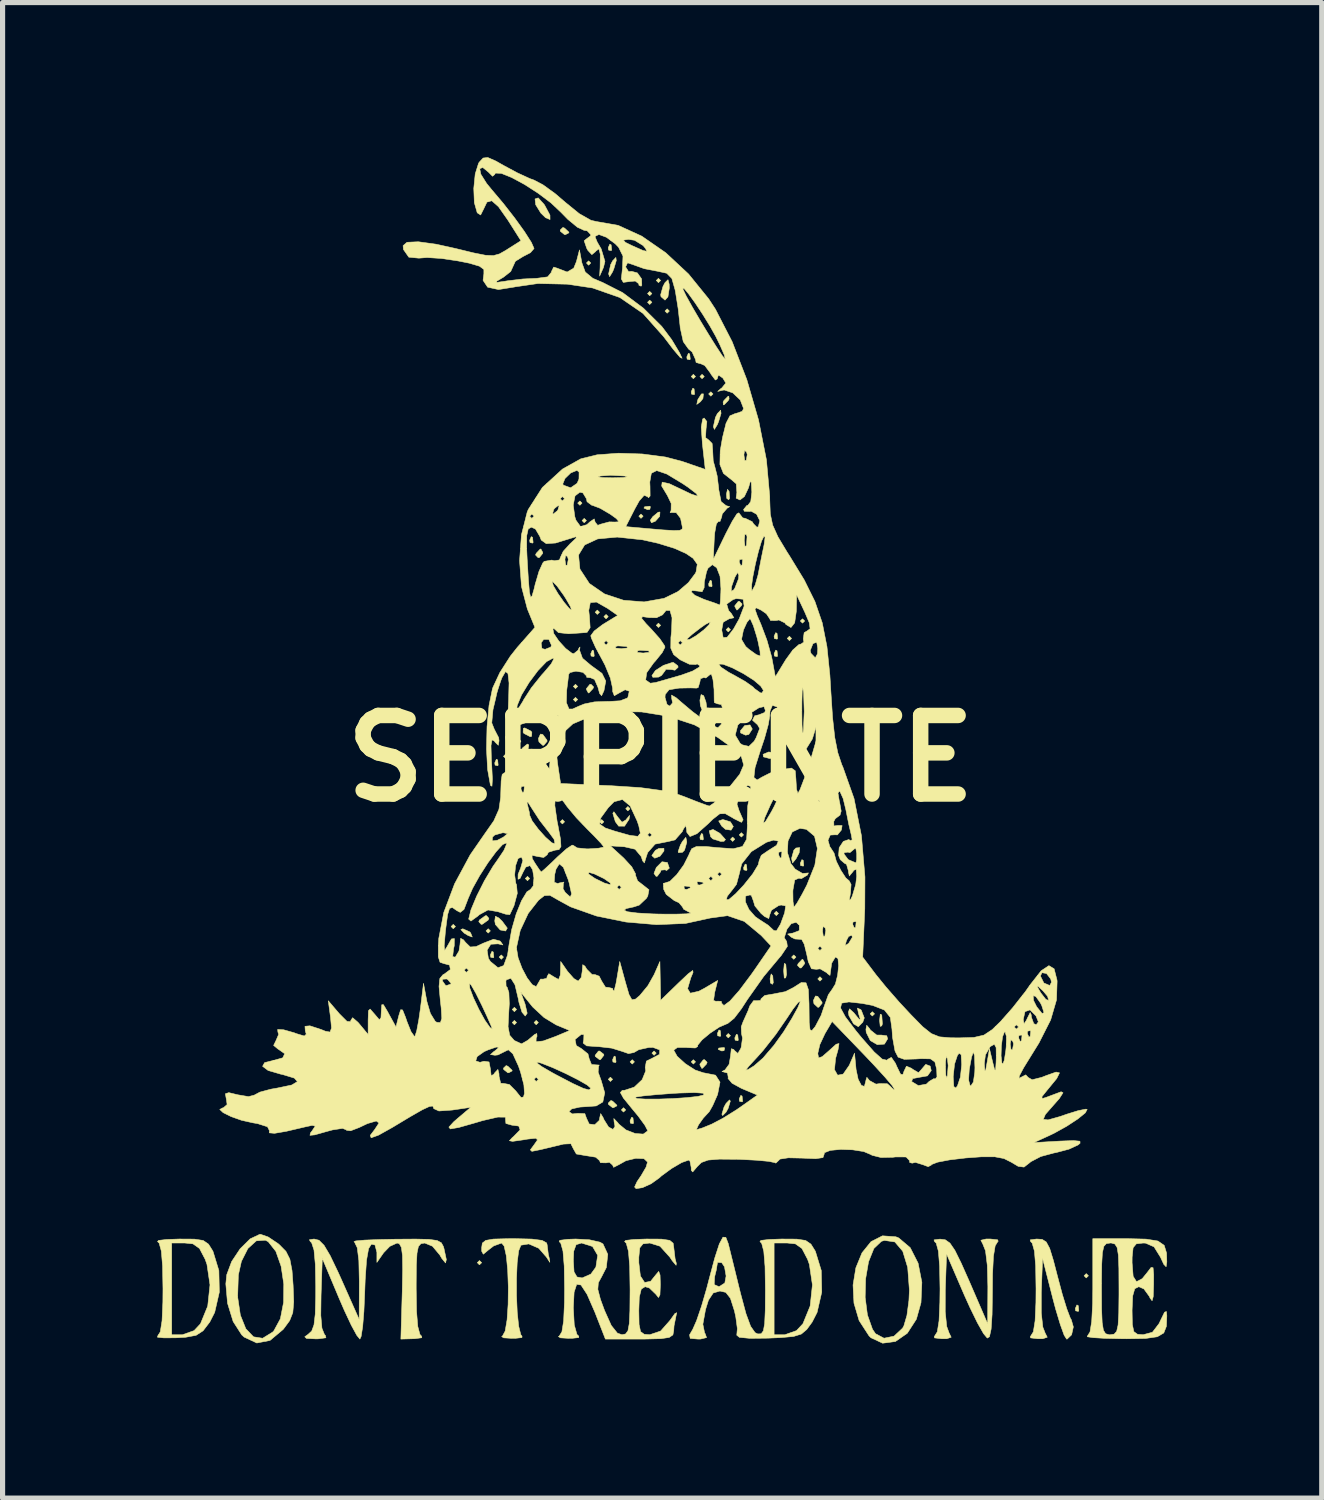
<source format=kicad_pcb>
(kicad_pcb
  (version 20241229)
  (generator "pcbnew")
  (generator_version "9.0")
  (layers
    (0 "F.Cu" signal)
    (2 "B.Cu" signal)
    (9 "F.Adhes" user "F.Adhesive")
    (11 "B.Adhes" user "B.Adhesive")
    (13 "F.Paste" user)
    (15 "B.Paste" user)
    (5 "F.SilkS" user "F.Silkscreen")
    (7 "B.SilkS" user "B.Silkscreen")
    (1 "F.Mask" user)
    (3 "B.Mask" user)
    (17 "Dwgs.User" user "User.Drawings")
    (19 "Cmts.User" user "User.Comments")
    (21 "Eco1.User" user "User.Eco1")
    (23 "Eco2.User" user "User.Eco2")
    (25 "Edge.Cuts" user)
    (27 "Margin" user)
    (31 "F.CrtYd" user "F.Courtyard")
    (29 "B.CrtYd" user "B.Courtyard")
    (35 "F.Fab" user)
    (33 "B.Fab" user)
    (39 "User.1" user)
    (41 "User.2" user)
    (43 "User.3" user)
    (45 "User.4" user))
  (footprint "SERPIENTE"
    (layer "F.Cu")
    (at 9.763 11.661)
    (property "Reference" "SERPIENTE" (at 0 0 0) (layer "F.SilkS") (effects (font (size 1.524 1.524) (thickness 0.3))))
    (attr through_hole)
    (fp_poly (pts (xy -3.979 3.26) (xy -4.022 3.302) (xy -4.064 3.26) (xy -4.022 3.217) (xy -3.979 3.26)) (stroke (width 0.01) (type solid)) (fill yes) (layer "F.SilkS"))
    (fp_poly (pts (xy -3.471 9.779) (xy -3.514 9.821) (xy -3.556 9.779) (xy -3.514 9.737) (xy -3.471 9.779)) (stroke (width 0.01) (type solid)) (fill yes) (layer "F.SilkS"))
    (fp_poly (pts (xy -3.302 3.344) (xy -3.344 3.387) (xy -3.387 3.344) (xy -3.344 3.302) (xy -3.302 3.344)) (stroke (width 0.01) (type solid)) (fill yes) (layer "F.SilkS"))
    (fp_poly (pts (xy -3.048 3.852) (xy -3.09 3.895) (xy -3.133 3.852) (xy -3.09 3.81) (xy -3.048 3.852)) (stroke (width 0.01) (type solid)) (fill yes) (layer "F.SilkS"))
    (fp_poly (pts (xy -2.963 -0.042) (xy -3.006 0) (xy -3.048 -0.042) (xy -3.006 -0.085) (xy -2.963 -0.042)) (stroke (width 0.01) (type solid)) (fill yes) (layer "F.SilkS"))
    (fp_poly (pts (xy -2.794 4.868) (xy -2.836 4.911) (xy -2.879 4.868) (xy -2.836 4.826) (xy -2.794 4.868)) (stroke (width 0.01) (type solid)) (fill yes) (layer "F.SilkS"))
    (fp_poly (pts (xy -2.794 5.122) (xy -2.836 5.165) (xy -2.879 5.122) (xy -2.836 5.08) (xy -2.794 5.122)) (stroke (width 0.01) (type solid)) (fill yes) (layer "F.SilkS"))
    (fp_poly (pts (xy -2.54 2.328) (xy -2.582 2.371) (xy -2.625 2.328) (xy -2.582 2.286) (xy -2.54 2.328)) (stroke (width 0.01) (type solid)) (fill yes) (layer "F.SilkS"))
    (fp_poly (pts (xy -2.371 5.122) (xy -2.413 5.165) (xy -2.455 5.122) (xy -2.413 5.08) (xy -2.371 5.122)) (stroke (width 0.01) (type solid)) (fill yes) (layer "F.SilkS"))
    (fp_poly (pts (xy -1.863 1.228) (xy -1.905 1.27) (xy -1.947 1.228) (xy -1.905 1.185) (xy -1.863 1.228)) (stroke (width 0.01) (type solid)) (fill yes) (layer "F.SilkS"))
    (fp_poly (pts (xy -1.609 -1.397) (xy -1.651 -1.355) (xy -1.693 -1.397) (xy -1.651 -1.439) (xy -1.609 -1.397)) (stroke (width 0.01) (type solid)) (fill yes) (layer "F.SilkS"))
    (fp_poly (pts (xy -1.609 -1.143) (xy -1.651 -1.101) (xy -1.693 -1.143) (xy -1.651 -1.185) (xy -1.609 -1.143)) (stroke (width 0.01) (type solid)) (fill yes) (layer "F.SilkS"))
    (fp_poly (pts (xy -1.524 -4.953) (xy -1.566 -4.911) (xy -1.609 -4.953) (xy -1.566 -4.995) (xy -1.524 -4.953)) (stroke (width 0.01) (type solid)) (fill yes) (layer "F.SilkS"))
    (fp_poly (pts (xy -1.439 -4.614) (xy -1.482 -4.572) (xy -1.524 -4.614) (xy -1.482 -4.657) (xy -1.439 -4.614)) (stroke (width 0.01) (type solid)) (fill yes) (layer "F.SilkS"))
    (fp_poly (pts (xy -1.355 -9.61) (xy -1.397 -9.567) (xy -1.439 -9.61) (xy -1.397 -9.652) (xy -1.355 -9.61)) (stroke (width 0.01) (type solid)) (fill yes) (layer "F.SilkS"))
    (fp_poly (pts (xy -1.185 -2.836) (xy -1.228 -2.794) (xy -1.27 -2.836) (xy -1.228 -2.879) (xy -1.185 -2.836)) (stroke (width 0.01) (type solid)) (fill yes) (layer "F.SilkS"))
    (fp_poly (pts (xy -1.101 1.228) (xy -1.143 1.27) (xy -1.185 1.228) (xy -1.143 1.185) (xy -1.101 1.228)) (stroke (width 0.01) (type solid)) (fill yes) (layer "F.SilkS"))
    (fp_poly (pts (xy -1.016 -2.752) (xy -1.058 -2.709) (xy -1.101 -2.752) (xy -1.058 -2.794) (xy -1.016 -2.752)) (stroke (width 0.01) (type solid)) (fill yes) (layer "F.SilkS"))
    (fp_poly (pts (xy -0.931 6.223) (xy -0.974 6.265) (xy -1.016 6.223) (xy -0.974 6.181) (xy -0.931 6.223)) (stroke (width 0.01) (type solid)) (fill yes) (layer "F.SilkS"))
    (fp_poly (pts (xy -0.677 6.816) (xy -0.72 6.858) (xy -0.762 6.816) (xy -0.72 6.773) (xy -0.677 6.816)) (stroke (width 0.01) (type solid)) (fill yes) (layer "F.SilkS"))
    (fp_poly (pts (xy -0.593 0.974) (xy -0.635 1.016) (xy -0.677 0.974) (xy -0.635 0.931) (xy -0.593 0.974)) (stroke (width 0.01) (type solid)) (fill yes) (layer "F.SilkS"))
    (fp_poly (pts (xy -0.508 5.884) (xy -0.55 5.927) (xy -0.593 5.884) (xy -0.55 5.842) (xy -0.508 5.884)) (stroke (width 0.01) (type solid)) (fill yes) (layer "F.SilkS"))
    (fp_poly (pts (xy -0.339 -4.699) (xy -0.381 -4.657) (xy -0.423 -4.699) (xy -0.381 -4.741) (xy -0.339 -4.699)) (stroke (width 0.01) (type solid)) (fill yes) (layer "F.SilkS"))
    (fp_poly (pts (xy -0.169 -9.017) (xy -0.212 -8.975) (xy -0.254 -9.017) (xy -0.212 -9.059) (xy -0.169 -9.017)) (stroke (width 0.01) (type solid)) (fill yes) (layer "F.SilkS"))
    (fp_poly (pts (xy -0.169 -8.848) (xy -0.212 -8.805) (xy -0.254 -8.848) (xy -0.212 -8.89) (xy -0.169 -8.848)) (stroke (width 0.01) (type solid)) (fill yes) (layer "F.SilkS"))
    (fp_poly (pts (xy -0.085 5.715) (xy -0.127 5.757) (xy -0.169 5.715) (xy -0.127 5.673) (xy -0.085 5.715)) (stroke (width 0.01) (type solid)) (fill yes) (layer "F.SilkS"))
    (fp_poly (pts (xy 0 -9.271) (xy -0.042 -9.229) (xy -0.085 -9.271) (xy -0.042 -9.313) (xy 0 -9.271)) (stroke (width 0.01) (type solid)) (fill yes) (layer "F.SilkS"))
    (fp_poly (pts (xy 0 -2.582) (xy -0.042 -2.54) (xy -0.085 -2.582) (xy -0.042 -2.625) (xy 0 -2.582)) (stroke (width 0.01) (type solid)) (fill yes) (layer "F.SilkS"))
    (fp_poly (pts (xy 0.169 -8.678) (xy 0.127 -8.636) (xy 0.085 -8.678) (xy 0.127 -8.721) (xy 0.169 -8.678)) (stroke (width 0.01) (type solid)) (fill yes) (layer "F.SilkS"))
    (fp_poly (pts (xy 0.677 -7.408) (xy 0.635 -7.366) (xy 0.593 -7.408) (xy 0.635 -7.451) (xy 0.677 -7.408)) (stroke (width 0.01) (type solid)) (fill yes) (layer "F.SilkS"))
    (fp_poly (pts (xy 0.677 5.884) (xy 0.635 5.927) (xy 0.593 5.884) (xy 0.635 5.842) (xy 0.677 5.884)) (stroke (width 0.01) (type solid)) (fill yes) (layer "F.SilkS"))
    (fp_poly (pts (xy 0.847 -7.408) (xy 0.804 -7.366) (xy 0.762 -7.408) (xy 0.804 -7.451) (xy 0.847 -7.408)) (stroke (width 0.01) (type solid)) (fill yes) (layer "F.SilkS"))
    (fp_poly (pts (xy 1.016 -7.07) (xy 0.974 -7.027) (xy 0.931 -7.07) (xy 0.974 -7.112) (xy 1.016 -7.07)) (stroke (width 0.01) (type solid)) (fill yes) (layer "F.SilkS"))
    (fp_poly (pts (xy 1.101 -0.72) (xy 1.058 -0.677) (xy 1.016 -0.72) (xy 1.058 -0.762) (xy 1.101 -0.72)) (stroke (width 0.01) (type solid)) (fill yes) (layer "F.SilkS"))
    (fp_poly (pts (xy 1.355 -2.498) (xy 1.312 -2.455) (xy 1.27 -2.498) (xy 1.312 -2.54) (xy 1.355 -2.498)) (stroke (width 0.01) (type solid)) (fill yes) (layer "F.SilkS"))
    (fp_poly (pts (xy 1.355 5.376) (xy 1.312 5.419) (xy 1.27 5.376) (xy 1.312 5.334) (xy 1.355 5.376)) (stroke (width 0.01) (type solid)) (fill yes) (layer "F.SilkS"))
    (fp_poly (pts (xy 1.439 1.566) (xy 1.397 1.609) (xy 1.355 1.566) (xy 1.397 1.524) (xy 1.439 1.566)) (stroke (width 0.01) (type solid)) (fill yes) (layer "F.SilkS"))
    (fp_poly (pts (xy 1.609 1.482) (xy 1.566 1.524) (xy 1.524 1.482) (xy 1.566 1.439) (xy 1.609 1.482)) (stroke (width 0.01) (type solid)) (fill yes) (layer "F.SilkS"))
    (fp_poly (pts (xy 2.286 3.006) (xy 2.244 3.048) (xy 2.201 3.006) (xy 2.244 2.963) (xy 2.286 3.006)) (stroke (width 0.01) (type solid)) (fill yes) (layer "F.SilkS"))
    (fp_poly (pts (xy 2.455 -0.296) (xy 2.413 -0.254) (xy 2.371 -0.296) (xy 2.413 -0.339) (xy 2.455 -0.296)) (stroke (width 0.01) (type solid)) (fill yes) (layer "F.SilkS"))
    (fp_poly (pts (xy 2.54 -2.328) (xy 2.498 -2.286) (xy 2.455 -2.328) (xy 2.498 -2.371) (xy 2.54 -2.328)) (stroke (width 0.01) (type solid)) (fill yes) (layer "F.SilkS"))
    (fp_poly (pts (xy 2.625 3.852) (xy 2.582 3.895) (xy 2.54 3.852) (xy 2.582 3.81) (xy 2.625 3.852)) (stroke (width 0.01) (type solid)) (fill yes) (layer "F.SilkS"))
    (fp_poly (pts (xy 2.794 -2.667) (xy 2.752 -2.625) (xy 2.709 -2.667) (xy 2.752 -2.709) (xy 2.794 -2.667)) (stroke (width 0.01) (type solid)) (fill yes) (layer "F.SilkS"))
    (fp_poly (pts (xy 3.133 4.276) (xy 3.09 4.318) (xy 3.048 4.276) (xy 3.09 4.233) (xy 3.133 4.276)) (stroke (width 0.01) (type solid)) (fill yes) (layer "F.SilkS"))
    (fp_poly (pts (xy 4.149 4.953) (xy 4.106 4.995) (xy 4.064 4.953) (xy 4.106 4.911) (xy 4.149 4.953)) (stroke (width 0.01) (type solid)) (fill yes) (layer "F.SilkS"))
    (fp_poly (pts (xy 8.297 10.033) (xy 8.255 10.075) (xy 8.213 10.033) (xy 8.255 9.991) (xy 8.297 10.033)) (stroke (width 0.01) (type solid)) (fill yes) (layer "F.SilkS"))
    (fp_poly (pts (xy -3.246 3.754) (xy -3.235 3.854) (xy -3.246 3.866) (xy -3.296 3.855) (xy -3.302 3.81) (xy -3.271 3.74) (xy -3.246 3.754)) (stroke (width 0.01) (type solid)) (fill yes) (layer "F.SilkS"))
    (fp_poly (pts (xy -3.161 0.028) (xy -3.151 0.129) (xy -3.161 0.141) (xy -3.211 0.129) (xy -3.217 0.085) (xy -3.186 0.015) (xy -3.161 0.028)) (stroke (width 0.01) (type solid)) (fill yes) (layer "F.SilkS"))
    (fp_poly (pts (xy -2.484 -4.29) (xy -2.473 -4.189) (xy -2.484 -4.177) (xy -2.534 -4.189) (xy -2.54 -4.233) (xy -2.509 -4.303) (xy -2.484 -4.29)) (stroke (width 0.01) (type solid)) (fill yes) (layer "F.SilkS"))
    (fp_poly (pts (xy -1.298 -2.088) (xy -1.288 -1.988) (xy -1.298 -1.976) (xy -1.349 -1.987) (xy -1.355 -2.032) (xy -1.324 -2.102) (xy -1.298 -2.088)) (stroke (width 0.01) (type solid)) (fill yes) (layer "F.SilkS"))
    (fp_poly (pts (xy -0.96 -9.962) (xy -0.949 -9.862) (xy -0.96 -9.85) (xy -1.01 -9.861) (xy -1.016 -9.906) (xy -0.985 -9.976) (xy -0.96 -9.962)) (stroke (width 0.01) (type solid)) (fill yes) (layer "F.SilkS"))
    (fp_poly (pts (xy -0.875 5.786) (xy -0.865 5.886) (xy -0.875 5.898) (xy -0.925 5.887) (xy -0.931 5.842) (xy -0.9 5.772) (xy -0.875 5.786)) (stroke (width 0.01) (type solid)) (fill yes) (layer "F.SilkS"))
    (fp_poly (pts (xy -0.536 6.971) (xy -0.526 7.071) (xy -0.536 7.084) (xy -0.587 7.072) (xy -0.593 7.027) (xy -0.562 6.958) (xy -0.536 6.971)) (stroke (width 0.01) (type solid)) (fill yes) (layer "F.SilkS"))
    (fp_poly (pts (xy -0.198 -4.882) (xy -0.209 -4.832) (xy -0.254 -4.826) (xy -0.324 -4.857) (xy -0.31 -4.882) (xy -0.21 -4.893) (xy -0.198 -4.882)) (stroke (width 0.01) (type solid)) (fill yes) (layer "F.SilkS"))
    (fp_poly (pts (xy 0.564 -7.846) (xy 0.575 -7.745) (xy 0.564 -7.733) (xy 0.514 -7.745) (xy 0.508 -7.789) (xy 0.539 -7.859) (xy 0.564 -7.846)) (stroke (width 0.01) (type solid)) (fill yes) (layer "F.SilkS"))
    (fp_poly (pts (xy 0.649 -7.168) (xy 0.659 -7.068) (xy 0.649 -7.056) (xy 0.599 -7.067) (xy 0.593 -7.112) (xy 0.624 -7.182) (xy 0.649 -7.168)) (stroke (width 0.01) (type solid)) (fill yes) (layer "F.SilkS"))
    (fp_poly (pts (xy 0.818 1.468) (xy 0.829 1.568) (xy 0.818 1.58) (xy 0.768 1.569) (xy 0.762 1.524) (xy 0.793 1.454) (xy 0.818 1.468)) (stroke (width 0.01) (type solid)) (fill yes) (layer "F.SilkS"))
    (fp_poly (pts (xy 0.988 -3.443) (xy 0.998 -3.343) (xy 0.988 -3.33) (xy 0.937 -3.342) (xy 0.931 -3.387) (xy 0.962 -3.456) (xy 0.988 -3.443)) (stroke (width 0.01) (type solid)) (fill yes) (layer "F.SilkS"))
    (fp_poly (pts (xy 1.157 5.278) (xy 1.167 5.378) (xy 1.157 5.39) (xy 1.107 5.379) (xy 1.101 5.334) (xy 1.132 5.264) (xy 1.157 5.278)) (stroke (width 0.01) (type solid)) (fill yes) (layer "F.SilkS"))
    (fp_poly (pts (xy 1.242 5.616) (xy 1.23 5.667) (xy 1.185 5.673) (xy 1.116 5.642) (xy 1.129 5.616) (xy 1.229 5.606) (xy 1.242 5.616)) (stroke (width 0.01) (type solid)) (fill yes) (layer "F.SilkS"))
    (fp_poly (pts (xy 1.328 -5.181) (xy 1.338 -5.048) (xy 1.321 -5.018) (xy 1.283 -5.044) (xy 1.277 -5.129) (xy 1.297 -5.22) (xy 1.328 -5.181)) (stroke (width 0.01) (type solid)) (fill yes) (layer "F.SilkS"))
    (fp_poly (pts (xy 1.496 5.362) (xy 1.506 5.463) (xy 1.496 5.475) (xy 1.445 5.463) (xy 1.439 5.419) (xy 1.47 5.349) (xy 1.496 5.362)) (stroke (width 0.01) (type solid)) (fill yes) (layer "F.SilkS"))
    (fp_poly (pts (xy 1.58 6.548) (xy 1.591 6.648) (xy 1.58 6.66) (xy 1.53 6.649) (xy 1.524 6.604) (xy 1.555 6.534) (xy 1.58 6.548)) (stroke (width 0.01) (type solid)) (fill yes) (layer "F.SilkS"))
    (fp_poly (pts (xy 1.665 2.06) (xy 1.675 2.161) (xy 1.665 2.173) (xy 1.615 2.161) (xy 1.609 2.117) (xy 1.64 2.047) (xy 1.665 2.06)) (stroke (width 0.01) (type solid)) (fill yes) (layer "F.SilkS"))
    (fp_poly (pts (xy 2.175 4.217) (xy 2.185 4.35) (xy 2.168 4.38) (xy 2.129 4.354) (xy 2.123 4.269) (xy 2.144 4.178) (xy 2.175 4.217)) (stroke (width 0.01) (type solid)) (fill yes) (layer "F.SilkS"))
    (fp_poly (pts (xy 2.258 -2.427) (xy 2.268 -2.327) (xy 2.258 -2.314) (xy 2.207 -2.326) (xy 2.201 -2.371) (xy 2.232 -2.44) (xy 2.258 -2.427)) (stroke (width 0.01) (type solid)) (fill yes) (layer "F.SilkS"))
    (fp_poly (pts (xy 2.258 -2.088) (xy 2.268 -1.988) (xy 2.258 -1.976) (xy 2.207 -1.987) (xy 2.201 -2.032) (xy 2.232 -2.102) (xy 2.258 -2.088)) (stroke (width 0.01) (type solid)) (fill yes) (layer "F.SilkS"))
    (fp_poly (pts (xy 2.766 1.976) (xy 2.776 2.076) (xy 2.766 2.088) (xy 2.715 2.077) (xy 2.709 2.032) (xy 2.74 1.962) (xy 2.766 1.976)) (stroke (width 0.01) (type solid)) (fill yes) (layer "F.SilkS"))
    (fp_poly (pts (xy 4.289 4.974) (xy 4.301 5.148) (xy 4.289 5.186) (xy 4.259 5.196) (xy 4.247 5.08) (xy 4.26 4.96) (xy 4.289 4.974)) (stroke (width 0.01) (type solid)) (fill yes) (layer "F.SilkS"))
    (fp_poly (pts (xy 8.1 10.612) (xy 8.11 10.712) (xy 8.1 10.724) (xy 8.049 10.713) (xy 8.043 10.668) (xy 8.074 10.598) (xy 8.1 10.612)) (stroke (width 0.01) (type solid)) (fill yes) (layer "F.SilkS"))
    (fp_poly (pts (xy -3.701 3.364) (xy -3.683 3.387) (xy -3.653 3.463) (xy -3.733 3.434) (xy -3.81 3.387) (xy -3.875 3.319) (xy -3.836 3.303) (xy -3.701 3.364)) (stroke (width 0.01) (type solid)) (fill yes) (layer "F.SilkS"))
    (fp_poly (pts (xy -0.018 -4.696) (xy -0.103 -4.601) (xy -0.178 -4.572) (xy -0.2 -4.621) (xy -0.152 -4.69) (xy -0.048 -4.776) (xy -0.013 -4.781) (xy -0.018 -4.696)) (stroke (width 0.01) (type solid)) (fill yes) (layer "F.SilkS"))
    (fp_poly (pts (xy 0.821 -6.982) (xy 0.773 -6.92) (xy 0.701 -6.867) (xy 0.719 -6.951) (xy 0.725 -6.967) (xy 0.792 -7.071) (xy 0.83 -7.072) (xy 0.821 -6.982)) (stroke (width 0.01) (type solid)) (fill yes) (layer "F.SilkS"))
    (fp_poly (pts (xy 1.778 -0.572) (xy 1.71 -0.466) (xy 1.649 -0.452) (xy 1.551 -0.496) (xy 1.548 -0.538) (xy 1.631 -0.639) (xy 1.733 -0.651) (xy 1.778 -0.572)) (stroke (width 0.01) (type solid)) (fill yes) (layer "F.SilkS"))
    (fp_poly (pts (xy 2.162 -0.114) (xy 2.277 -0.048) (xy 2.228 -0.008) (xy 2.112 0) (xy 1.994 -0.031) (xy 1.987 -0.081) (xy 2.098 -0.127) (xy 2.162 -0.114)) (stroke (width 0.01) (type solid)) (fill yes) (layer "F.SilkS"))
    (fp_poly (pts (xy -3.331 3.1) (xy -3.344 3.133) (xy -3.456 3.214) (xy -3.481 3.217) (xy -3.527 3.165) (xy -3.514 3.133) (xy -3.402 3.051) (xy -3.377 3.048) (xy -3.331 3.1)) (stroke (width 0.01) (type solid)) (fill yes) (layer "F.SilkS"))
    (fp_poly (pts (xy -3.138 3.093) (xy -3.074 3.155) (xy -2.974 3.29) (xy -3.006 3.346) (xy -3.111 3.326) (xy -3.205 3.22) (xy -3.217 3.15) (xy -3.204 3.06) (xy -3.138 3.093)) (stroke (width 0.01) (type solid)) (fill yes) (layer "F.SilkS"))
    (fp_poly (pts (xy -2.963 5.969) (xy -2.883 6.045) (xy -2.879 6.059) (xy -2.944 6.095) (xy -2.963 6.096) (xy -3.045 6.031) (xy -3.048 6.006) (xy -2.996 5.956) (xy -2.963 5.969)) (stroke (width 0.01) (type solid)) (fill yes) (layer "F.SilkS"))
    (fp_poly (pts (xy -2.772 -0.42) (xy -2.709 -0.33) (xy -2.774 -0.264) (xy -2.904 -0.263) (xy -2.989 -0.308) (xy -3.007 -0.418) (xy -3.001 -0.431) (xy -2.901 -0.466) (xy -2.772 -0.42)) (stroke (width 0.01) (type solid)) (fill yes) (layer "F.SilkS"))
    (fp_poly (pts (xy -2.515 -0.531) (xy -2.498 -0.508) (xy -2.502 -0.43) (xy -2.53 -0.423) (xy -2.65 -0.485) (xy -2.667 -0.508) (xy -2.663 -0.586) (xy -2.635 -0.593) (xy -2.515 -0.531)) (stroke (width 0.01) (type solid)) (fill yes) (layer "F.SilkS"))
    (fp_poly (pts (xy -2.371 -0.042) (xy -2.289 0.066) (xy -2.286 0.09) (xy -2.351 0.167) (xy -2.371 0.169) (xy -2.445 0.1) (xy -2.455 0.037) (xy -2.414 -0.05) (xy -2.371 -0.042)) (stroke (width 0.01) (type solid)) (fill yes) (layer "F.SilkS"))
    (fp_poly (pts (xy -2.287 -3.998) (xy -2.286 -3.979) (xy -2.351 -3.898) (xy -2.376 -3.895) (xy -2.426 -3.947) (xy -2.413 -3.979) (xy -2.337 -4.06) (xy -2.323 -4.064) (xy -2.287 -3.998)) (stroke (width 0.01) (type solid)) (fill yes) (layer "F.SilkS"))
    (fp_poly (pts (xy -2.286 -0.466) (xy -2.205 -0.357) (xy -2.201 -0.334) (xy -2.266 -0.256) (xy -2.286 -0.254) (xy -2.36 -0.323) (xy -2.371 -0.386) (xy -2.33 -0.474) (xy -2.286 -0.466)) (stroke (width 0.01) (type solid)) (fill yes) (layer "F.SilkS"))
    (fp_poly (pts (xy -1.863 -10.287) (xy -1.782 -10.211) (xy -1.778 -10.197) (xy -1.844 -10.161) (xy -1.863 -10.16) (xy -1.944 -10.225) (xy -1.947 -10.25) (xy -1.895 -10.3) (xy -1.863 -10.287)) (stroke (width 0.01) (type solid)) (fill yes) (layer "F.SilkS"))
    (fp_poly (pts (xy -1.299 -1.387) (xy -1.312 -1.355) (xy -1.388 -1.274) (xy -1.402 -1.27) (xy -1.438 -1.336) (xy -1.439 -1.355) (xy -1.374 -1.436) (xy -1.35 -1.439) (xy -1.299 -1.387)) (stroke (width 0.01) (type solid)) (fill yes) (layer "F.SilkS"))
    (fp_poly (pts (xy -1.103 5.737) (xy -1.101 5.757) (xy -1.165 5.84) (xy -1.185 5.842) (xy -1.268 5.778) (xy -1.27 5.757) (xy -1.206 5.675) (xy -1.185 5.673) (xy -1.103 5.737)) (stroke (width 0.01) (type solid)) (fill yes) (layer "F.SilkS"))
    (fp_poly (pts (xy -0.931 6.646) (xy -0.851 6.722) (xy -0.847 6.736) (xy -0.912 6.772) (xy -0.931 6.773) (xy -1.013 6.708) (xy -1.016 6.684) (xy -0.964 6.633) (xy -0.931 6.646)) (stroke (width 0.01) (type solid)) (fill yes) (layer "F.SilkS"))
    (fp_poly (pts (xy -0.86 -9.657) (xy -0.907 -9.499) (xy -0.931 -9.44) (xy -0.989 -9.345) (xy -1.009 -9.398) (xy -0.969 -9.579) (xy -0.931 -9.652) (xy -0.868 -9.718) (xy -0.86 -9.657)) (stroke (width 0.01) (type solid)) (fill yes) (layer "F.SilkS"))
    (fp_poly (pts (xy 0.065 1.794) (xy -0.012 1.895) (xy -0.114 1.934) (xy -0.169 1.885) (xy -0.169 1.879) (xy -0.101 1.781) (xy -0.035 1.745) (xy 0.064 1.742) (xy 0.065 1.794)) (stroke (width 0.01) (type solid)) (fill yes) (layer "F.SilkS"))
    (fp_poly (pts (xy 0.902 5.894) (xy 0.889 5.927) (xy 0.813 6.007) (xy 0.799 6.011) (xy 0.763 5.946) (xy 0.762 5.927) (xy 0.827 5.845) (xy 0.852 5.842) (xy 0.902 5.894)) (stroke (width 0.01) (type solid)) (fill yes) (layer "F.SilkS"))
    (fp_poly (pts (xy 1.172 -6.694) (xy 1.125 -6.536) (xy 1.101 -6.477) (xy 1.043 -6.382) (xy 1.023 -6.435) (xy 1.063 -6.615) (xy 1.101 -6.689) (xy 1.164 -6.755) (xy 1.172 -6.694)) (stroke (width 0.01) (type solid)) (fill yes) (layer "F.SilkS"))
    (fp_poly (pts (xy 1.328 -6.973) (xy 1.312 -6.943) (xy 1.233 -6.862) (xy 1.218 -6.858) (xy 1.212 -6.913) (xy 1.228 -6.943) (xy 1.307 -7.024) (xy 1.322 -7.027) (xy 1.328 -6.973)) (stroke (width 0.01) (type solid)) (fill yes) (layer "F.SilkS"))
    (fp_poly (pts (xy 1.352 6.646) (xy 1.31 6.785) (xy 1.27 6.858) (xy 1.203 6.926) (xy 1.188 6.9) (xy 1.23 6.761) (xy 1.27 6.689) (xy 1.337 6.621) (xy 1.352 6.646)) (stroke (width 0.01) (type solid)) (fill yes) (layer "F.SilkS"))
    (fp_poly (pts (xy 1.353 1.228) (xy 1.41 1.32) (xy 1.366 1.39) (xy 1.257 1.374) (xy 1.185 1.311) (xy 1.126 1.212) (xy 1.203 1.185) (xy 1.212 1.185) (xy 1.353 1.228)) (stroke (width 0.01) (type solid)) (fill yes) (layer "F.SilkS"))
    (fp_poly (pts (xy 1.58 -2.996) (xy 1.566 -2.963) (xy 1.49 -2.883) (xy 1.477 -2.879) (xy 1.44 -2.944) (xy 1.439 -2.963) (xy 1.504 -3.045) (xy 1.529 -3.048) (xy 1.58 -2.996)) (stroke (width 0.01) (type solid)) (fill yes) (layer "F.SilkS"))
    (fp_poly (pts (xy 2.425 3.988) (xy 2.429 4.002) (xy 2.442 4.187) (xy 2.426 4.256) (xy 2.398 4.259) (xy 2.387 4.126) (xy 2.387 4.106) (xy 2.399 3.975) (xy 2.425 3.988)) (stroke (width 0.01) (type solid)) (fill yes) (layer "F.SilkS"))
    (fp_poly (pts (xy 2.687 1.83) (xy 2.625 1.947) (xy 2.559 2.027) (xy 2.542 1.95) (xy 2.541 1.931) (xy 2.584 1.778) (xy 2.625 1.736) (xy 2.699 1.729) (xy 2.687 1.83)) (stroke (width 0.01) (type solid)) (fill yes) (layer "F.SilkS"))
    (fp_poly (pts (xy 2.793 3.96) (xy 2.794 3.979) (xy 2.729 4.061) (xy 2.704 4.064) (xy 2.654 4.012) (xy 2.667 3.979) (xy 2.743 3.899) (xy 2.757 3.895) (xy 2.793 3.96)) (stroke (width 0.01) (type solid)) (fill yes) (layer "F.SilkS"))
    (fp_poly (pts (xy 3.048 4.614) (xy 3.129 4.723) (xy 3.133 4.746) (xy 3.068 4.824) (xy 3.048 4.826) (xy 2.974 4.757) (xy 2.963 4.694) (xy 3.004 4.606) (xy 3.048 4.614)) (stroke (width 0.01) (type solid)) (fill yes) (layer "F.SilkS"))
    (fp_poly (pts (xy -2.26 -10.747) (xy -2.247 -10.727) (xy -2.146 -10.538) (xy -2.145 -10.453) (xy -2.232 -10.489) (xy -2.323 -10.578) (xy -2.423 -10.74) (xy -2.436 -10.852) (xy -2.374 -10.873) (xy -2.26 -10.747)) (stroke (width 0.01) (type solid)) (fill yes) (layer "F.SilkS"))
    (fp_poly (pts (xy 0.166 -9.197) (xy 0.168 -9.123) (xy 0.142 -8.954) (xy 0.085 -8.89) (xy 0.007 -8.957) (xy 0.001 -8.996) (xy 0.046 -9.156) (xy 0.085 -9.229) (xy 0.143 -9.286) (xy 0.166 -9.197)) (stroke (width 0.01) (type solid)) (fill yes) (layer "F.SilkS"))
    (fp_poly (pts (xy 0.506 1.606) (xy 0.507 1.625) (xy 0.464 1.778) (xy 0.423 1.82) (xy 0.346 1.826) (xy 0.34 1.804) (xy 0.383 1.681) (xy 0.423 1.609) (xy 0.489 1.529) (xy 0.506 1.606)) (stroke (width 0.01) (type solid)) (fill yes) (layer "F.SilkS"))
    (fp_poly (pts (xy 0.835 -1.218) (xy 0.88 -1.093) (xy 0.891 -1.014) (xy 0.895 -0.872) (xy 0.86 -0.865) (xy 0.818 -0.903) (xy 0.771 -1.026) (xy 0.762 -1.129) (xy 0.785 -1.24) (xy 0.835 -1.218)) (stroke (width 0.01) (type solid)) (fill yes) (layer "F.SilkS"))
    (fp_poly (pts (xy 1.148 1.451) (xy 1.163 1.466) (xy 1.258 1.573) (xy 1.229 1.606) (xy 1.166 1.609) (xy 1.012 1.56) (xy 0.97 1.518) (xy 0.942 1.403) (xy 1.017 1.376) (xy 1.148 1.451)) (stroke (width 0.01) (type solid)) (fill yes) (layer "F.SilkS"))
    (fp_poly (pts (xy 0.131 2.017) (xy 0.169 2.127) (xy 0.117 2.173) (xy 0.085 2.159) (xy 0.007 2.166) (xy 0 2.196) (xy -0.064 2.283) (xy -0.088 2.286) (xy -0.129 2.229) (xy -0.083 2.114) (xy 0.027 2.003) (xy 0.131 2.017)) (stroke (width 0.01) (type solid)) (fill yes) (layer "F.SilkS"))
    (fp_poly (pts (xy -0.834 1.132) (xy -0.749 1.236) (xy -0.673 1.191) (xy -0.661 1.174) (xy -0.601 1.103) (xy -0.612 1.179) (xy -0.613 1.18) (xy -0.7 1.313) (xy -0.814 1.312) (xy -0.879 1.224) (xy -0.927 1.063) (xy -0.906 1.033) (xy -0.834 1.132)) (stroke (width 0.01) (type solid)) (fill yes) (layer "F.SilkS"))
    (fp_poly (pts (xy 4.054 5.242) (xy 4.069 5.267) (xy 4.192 5.365) (xy 4.278 5.364) (xy 4.386 5.378) (xy 4.403 5.438) (xy 4.341 5.54) (xy 4.202 5.55) (xy 4.067 5.472) (xy 3.988 5.313) (xy 3.982 5.254) (xy 3.997 5.174) (xy 4.054 5.242)) (stroke (width 0.01) (type solid)) (fill yes) (layer "F.SilkS"))
    (fp_poly (pts (xy 0.334 -1.797) (xy 0.339 -1.769) (xy 0.277 -1.712) (xy 0.212 -1.724) (xy 0.102 -1.73) (xy 0.085 -1.7) (xy 0.017 -1.61) (xy -0.042 -1.578) (xy -0.151 -1.575) (xy -0.169 -1.608) (xy -0.101 -1.706) (xy 0.055 -1.806) (xy 0.222 -1.861) (xy 0.248 -1.863) (xy 0.334 -1.797)) (stroke (width 0.01) (type solid)) (fill yes) (layer "F.SilkS"))
    (fp_poly (pts (xy 3.876 4.868) (xy 3.891 4.881) (xy 3.95 5.032) (xy 3.921 5.115) (xy 3.835 5.202) (xy 3.743 5.148) (xy 3.652 4.988) (xy 3.641 4.92) (xy 3.664 4.856) (xy 3.748 4.933) (xy 3.768 4.958) (xy 3.86 5.071) (xy 3.87 5.048) (xy 3.84 4.953) (xy 3.817 4.841) (xy 3.876 4.868)) (stroke (width 0.01) (type solid)) (fill yes) (layer "F.SilkS"))
    (fp_poly (pts (xy 7.4 9.327) (xy 7.479 9.377) (xy 7.546 9.502) (xy 7.617 9.733) (xy 7.7 10.052) (xy 7.791 10.393) (xy 7.878 10.675) (xy 7.946 10.854) (xy 7.966 10.888) (xy 8.005 11.025) (xy 7.971 11.178) (xy 7.886 11.26) (xy 7.874 11.261) (xy 7.826 11.184) (xy 7.752 10.979) (xy 7.662 10.68) (xy 7.608 10.477) (xy 7.408 9.694) (xy 7.383 10.359) (xy 7.383 10.754) (xy 7.413 11.028) (xy 7.457 11.142) (xy 7.499 11.225) (xy 7.412 11.254) (xy 7.313 11.254) (xy 7.175 11.238) (xy 7.171 11.207) (xy 7.176 11.205) (xy 7.229 11.12) (xy 7.263 10.907) (xy 7.279 10.55) (xy 7.281 10.287) (xy 7.274 9.844) (xy 7.25 9.554) (xy 7.207 9.401) (xy 7.176 9.369) (xy 7.167 9.337) (xy 7.292 9.32) (xy 7.4 9.327)) (stroke (width 0.01) (type solid)) (fill yes) (layer "F.SilkS"))
    (fp_poly (pts (xy 4.563 9.277) (xy 4.619 9.3) (xy 4.841 9.488) (xy 4.994 9.789) (xy 5.067 10.16) (xy 5.05 10.555) (xy 4.96 10.876) (xy 4.784 11.148) (xy 4.554 11.308) (xy 4.306 11.341) (xy 4.079 11.235) (xy 4.041 11.197) (xy 3.85 10.902) (xy 3.75 10.564) (xy 3.744 10.451) (xy 3.967 10.451) (xy 4.011 10.792) (xy 4.109 11.07) (xy 4.167 11.156) (xy 4.333 11.244) (xy 4.527 11.204) (xy 4.693 11.049) (xy 4.717 11.007) (xy 4.777 10.803) (xy 4.816 10.51) (xy 4.825 10.312) (xy 4.792 9.872) (xy 4.696 9.557) (xy 4.543 9.377) (xy 4.341 9.347) (xy 4.282 9.365) (xy 4.136 9.504) (xy 4.033 9.761) (xy 3.976 10.092) (xy 3.967 10.451) (xy 3.744 10.451) (xy 3.732 10.213) (xy 3.787 9.878) (xy 3.906 9.588) (xy 4.081 9.371) (xy 4.303 9.258) (xy 4.563 9.277)) (stroke (width 0.01) (type solid)) (fill yes) (layer "F.SilkS"))
    (fp_poly (pts (xy -9.044 9.322) (xy -8.872 9.348) (xy -8.769 9.419) (xy -8.687 9.55) (xy -8.681 9.563) (xy -8.568 9.932) (xy -8.559 10.35) (xy -8.649 10.743) (xy -8.745 10.931) (xy -8.874 11.1) (xy -9.01 11.188) (xy -9.215 11.226) (xy -9.401 11.236) (xy -9.633 11.238) (xy -9.758 11.225) (xy -9.758 11.207) (xy -9.704 11.12) (xy -9.67 10.904) (xy -9.654 10.543) (xy -9.652 10.287) (xy -9.66 9.844) (xy -9.684 9.554) (xy -9.726 9.401) (xy -9.729 9.398) (xy -9.483 9.398) (xy -9.483 11.176) (xy -9.273 11.176) (xy -9.049 11.097) (xy -8.924 10.963) (xy -8.784 10.62) (xy -8.74 10.21) (xy -8.799 9.812) (xy -8.834 9.713) (xy -8.943 9.504) (xy -9.07 9.414) (xy -9.224 9.398) (xy -9.483 9.398) (xy -9.729 9.398) (xy -9.758 9.369) (xy -9.738 9.347) (xy -9.582 9.329) (xy -9.337 9.32) (xy -9.044 9.322)) (stroke (width 0.01) (type solid)) (fill yes) (layer "F.SilkS"))
    (fp_poly (pts (xy -2.497 9.321) (xy -2.298 9.347) (xy -2.211 9.396) (xy -2.201 9.433) (xy -2.178 9.618) (xy -2.156 9.709) (xy -2.149 9.772) (xy -2.206 9.684) (xy -2.211 9.675) (xy -2.364 9.499) (xy -2.557 9.415) (xy -2.709 9.44) (xy -2.753 9.548) (xy -2.782 9.777) (xy -2.795 10.082) (xy -2.795 10.419) (xy -2.781 10.744) (xy -2.753 11.011) (xy -2.712 11.175) (xy -2.688 11.205) (xy -2.69 11.232) (xy -2.826 11.247) (xy -2.879 11.247) (xy -3.044 11.237) (xy -3.084 11.212) (xy -3.069 11.205) (xy -3.015 11.105) (xy -2.978 10.886) (xy -2.958 10.588) (xy -2.954 10.254) (xy -2.966 9.926) (xy -2.993 9.647) (xy -3.035 9.457) (xy -3.084 9.398) (xy -3.238 9.454) (xy -3.338 9.531) (xy -3.439 9.615) (xy -3.47 9.558) (xy -3.471 9.489) (xy -3.458 9.399) (xy -3.393 9.347) (xy -3.243 9.321) (xy -2.971 9.314) (xy -2.836 9.313) (xy -2.497 9.321)) (stroke (width 0.01) (type solid)) (fill yes) (layer "F.SilkS"))
    (fp_poly (pts (xy -7.611 9.281) (xy -7.421 9.408) (xy -7.395 9.43) (xy -7.267 9.56) (xy -7.191 9.711) (xy -7.149 9.933) (xy -7.128 10.218) (xy -7.116 10.539) (xy -7.134 10.748) (xy -7.195 10.903) (xy -7.311 11.061) (xy -7.323 11.075) (xy -7.576 11.287) (xy -7.832 11.337) (xy -8.078 11.222) (xy -8.124 11.18) (xy -8.291 10.92) (xy -8.4 10.566) (xy -8.411 10.442) (xy -8.204 10.442) (xy -8.151 10.797) (xy -8.045 11.061) (xy -7.896 11.217) (xy -7.719 11.245) (xy -7.525 11.125) (xy -7.501 11.1) (xy -7.375 10.867) (xy -7.313 10.549) (xy -7.309 10.194) (xy -7.361 9.848) (xy -7.463 9.559) (xy -7.61 9.373) (xy -7.666 9.343) (xy -7.841 9.355) (xy -8.005 9.504) (xy -8.131 9.754) (xy -8.19 10.018) (xy -8.204 10.442) (xy -8.411 10.442) (xy -8.433 10.19) (xy -8.415 10.012) (xy -8.32 9.757) (xy -8.155 9.509) (xy -7.961 9.317) (xy -7.777 9.23) (xy -7.758 9.229) (xy -7.611 9.281)) (stroke (width 0.01) (type solid)) (fill yes) (layer "F.SilkS"))
    (fp_poly (pts (xy 6.397 9.32) (xy 6.538 9.336) (xy 6.547 9.366) (xy 6.54 9.369) (xy 6.489 9.451) (xy 6.455 9.656) (xy 6.438 10.001) (xy 6.435 10.343) (xy 6.429 10.782) (xy 6.41 11.068) (xy 6.378 11.215) (xy 6.336 11.242) (xy 6.263 11.155) (xy 6.144 10.945) (xy 5.999 10.648) (xy 5.891 10.409) (xy 5.546 9.61) (xy 5.521 10.316) (xy 5.52 10.731) (xy 5.549 11.016) (xy 5.595 11.142) (xy 5.636 11.225) (xy 5.549 11.254) (xy 5.45 11.254) (xy 5.312 11.238) (xy 5.308 11.207) (xy 5.313 11.205) (xy 5.366 11.12) (xy 5.4 10.907) (xy 5.416 10.55) (xy 5.419 10.287) (xy 5.411 9.844) (xy 5.387 9.554) (xy 5.345 9.401) (xy 5.313 9.369) (xy 5.302 9.337) (xy 5.419 9.322) (xy 5.521 9.335) (xy 5.611 9.399) (xy 5.708 9.541) (xy 5.83 9.788) (xy 5.987 10.141) (xy 6.343 10.964) (xy 6.347 10.24) (xy 6.336 9.832) (xy 6.301 9.548) (xy 6.248 9.415) (xy 6.211 9.344) (xy 6.312 9.32) (xy 6.397 9.32)) (stroke (width 0.01) (type solid)) (fill yes) (layer "F.SilkS"))
    (fp_poly (pts (xy 9.416 9.322) (xy 9.645 9.359) (xy 9.767 9.443) (xy 9.813 9.593) (xy 9.818 9.765) (xy 9.804 9.858) (xy 9.759 9.811) (xy 9.695 9.673) (xy 9.57 9.472) (xy 9.406 9.4) (xy 9.36 9.398) (xy 9.227 9.413) (xy 9.164 9.489) (xy 9.145 9.671) (xy 9.144 9.779) (xy 9.165 10.044) (xy 9.23 10.147) (xy 9.341 10.089) (xy 9.436 9.972) (xy 9.513 9.871) (xy 9.551 9.876) (xy 9.563 10.009) (xy 9.562 10.205) (xy 9.554 10.438) (xy 9.532 10.518) (xy 9.492 10.464) (xy 9.48 10.435) (xy 9.373 10.288) (xy 9.274 10.245) (xy 9.196 10.284) (xy 9.156 10.424) (xy 9.144 10.699) (xy 9.144 10.71) (xy 9.149 10.977) (xy 9.178 11.116) (xy 9.25 11.168) (xy 9.36 11.176) (xy 9.539 11.128) (xy 9.668 10.959) (xy 9.695 10.901) (xy 9.774 10.739) (xy 9.81 10.726) (xy 9.818 10.809) (xy 9.81 11.012) (xy 9.759 11.142) (xy 9.633 11.216) (xy 9.404 11.249) (xy 9.042 11.255) (xy 8.944 11.254) (xy 8.621 11.247) (xy 8.387 11.233) (xy 8.275 11.216) (xy 8.276 11.205) (xy 8.328 11.123) (xy 8.361 10.917) (xy 8.379 10.57) (xy 8.382 10.287) (xy 8.551 10.287) (xy 8.553 10.684) (xy 8.564 10.941) (xy 8.588 11.089) (xy 8.631 11.157) (xy 8.699 11.176) (xy 8.721 11.176) (xy 8.796 11.165) (xy 8.845 11.111) (xy 8.873 10.986) (xy 8.886 10.758) (xy 8.89 10.398) (xy 8.89 10.287) (xy 8.888 9.89) (xy 8.878 9.633) (xy 8.854 9.485) (xy 8.81 9.417) (xy 8.742 9.398) (xy 8.721 9.398) (xy 8.645 9.409) (xy 8.596 9.463) (xy 8.568 9.588) (xy 8.555 9.816) (xy 8.551 10.176) (xy 8.551 10.287) (xy 8.382 10.287) (xy 8.382 10.238) (xy 8.382 9.313) (xy 9.05 9.313) (xy 9.416 9.322)) (stroke (width 0.01) (type solid)) (fill yes) (layer "F.SilkS"))
    (fp_poly (pts (xy -6.626 9.344) (xy -6.528 9.442) (xy -6.411 9.639) (xy -6.257 9.96) (xy -6.195 10.097) (xy -5.847 10.88) (xy -5.844 10.146) (xy -5.853 9.74) (xy -5.884 9.489) (xy -5.938 9.378) (xy -5.948 9.373) (xy -5.914 9.357) (xy -5.74 9.341) (xy -5.455 9.33) (xy -5.153 9.324) (xy -4.754 9.321) (xy -4.492 9.327) (xy -4.335 9.349) (xy -4.253 9.393) (xy -4.214 9.464) (xy -4.202 9.504) (xy -4.156 9.719) (xy -4.172 9.784) (xy -4.245 9.695) (xy -4.282 9.631) (xy -4.425 9.46) (xy -4.575 9.398) (xy -4.649 9.41) (xy -4.698 9.465) (xy -4.725 9.594) (xy -4.738 9.827) (xy -4.741 10.194) (xy -4.741 10.28) (xy -4.734 10.725) (xy -4.71 11.016) (xy -4.668 11.171) (xy -4.636 11.205) (xy -4.632 11.235) (xy -4.764 11.253) (xy -4.784 11.254) (xy -5.038 11.261) (xy -5.011 10.33) (xy -5.003 9.915) (xy -5.007 9.642) (xy -5.028 9.483) (xy -5.068 9.411) (xy -5.112 9.398) (xy -5.252 9.462) (xy -5.372 9.586) (xy -5.503 9.774) (xy -5.503 9.579) (xy -5.54 9.436) (xy -5.609 9.419) (xy -5.664 9.506) (xy -5.704 9.731) (xy -5.73 10.108) (xy -5.739 10.357) (xy -5.755 10.726) (xy -5.779 11.021) (xy -5.809 11.21) (xy -5.833 11.261) (xy -5.893 11.188) (xy -6 10.991) (xy -6.135 10.703) (xy -6.233 10.477) (xy -6.562 9.694) (xy -6.586 10.407) (xy -6.591 10.801) (xy -6.569 11.05) (xy -6.519 11.175) (xy -6.502 11.189) (xy -6.491 11.236) (xy -6.636 11.256) (xy -6.689 11.257) (xy -6.87 11.248) (xy -6.902 11.216) (xy -6.837 11.169) (xy -6.767 11.104) (xy -6.723 10.985) (xy -6.699 10.779) (xy -6.69 10.453) (xy -6.689 10.248) (xy -6.697 9.814) (xy -6.723 9.533) (xy -6.769 9.392) (xy -6.795 9.369) (xy -6.812 9.334) (xy -6.722 9.32) (xy -6.626 9.344)) (stroke (width 0.01) (type solid)) (fill yes) (layer "F.SilkS"))
    (fp_poly (pts (xy 1.265 9.288) (xy 1.314 9.415) (xy 1.314 9.418) (xy 1.358 9.596) (xy 1.43 9.887) (xy 1.516 10.238) (xy 1.552 10.383) (xy 1.656 10.77) (xy 1.746 11.014) (xy 1.832 11.136) (xy 1.884 11.161) (xy 1.95 11.158) (xy 1.993 11.1) (xy 2.018 10.96) (xy 2.029 10.708) (xy 2.032 10.316) (xy 2.032 10.3) (xy 2.025 9.854) (xy 2.001 9.561) (xy 1.96 9.404) (xy 1.954 9.398) (xy 2.201 9.398) (xy 2.201 11.176) (xy 2.411 11.176) (xy 2.635 11.097) (xy 2.76 10.963) (xy 2.9 10.62) (xy 2.944 10.21) (xy 2.885 9.812) (xy 2.85 9.713) (xy 2.741 9.504) (xy 2.614 9.414) (xy 2.46 9.398) (xy 2.201 9.398) (xy 1.954 9.398) (xy 1.926 9.369) (xy 1.946 9.347) (xy 2.102 9.329) (xy 2.347 9.32) (xy 2.64 9.322) (xy 2.812 9.348) (xy 2.915 9.419) (xy 2.997 9.55) (xy 3.003 9.563) (xy 3.116 9.932) (xy 3.125 10.35) (xy 3.035 10.743) (xy 2.939 10.931) (xy 2.834 11.075) (xy 2.729 11.163) (xy 2.579 11.21) (xy 2.338 11.232) (xy 2.085 11.243) (xy 1.734 11.247) (xy 1.527 11.227) (xy 1.476 11.184) (xy 1.477 11.184) (xy 1.488 11.058) (xy 1.458 10.834) (xy 1.432 10.715) (xy 1.354 10.47) (xy 1.264 10.355) (xy 1.15 10.329) (xy 1.02 10.367) (xy 0.928 10.506) (xy 0.871 10.688) (xy 0.819 10.973) (xy 0.853 11.14) (xy 0.863 11.154) (xy 0.891 11.232) (xy 0.777 11.26) (xy 0.728 11.261) (xy 0.574 11.248) (xy 0.561 11.179) (xy 0.624 11.07) (xy 0.697 10.904) (xy 0.793 10.623) (xy 0.894 10.276) (xy 0.913 10.204) (xy 1.039 10.204) (xy 1.133 10.245) (xy 1.245 10.173) (xy 1.27 10.038) (xy 1.239 9.859) (xy 1.185 9.779) (xy 1.106 9.773) (xy 1.1 9.795) (xy 1.079 9.924) (xy 1.047 10.054) (xy 1.039 10.204) (xy 0.913 10.204) (xy 0.935 10.118) (xy 1.05 9.688) (xy 1.139 9.414) (xy 1.209 9.284) (xy 1.265 9.288)) (stroke (width 0.01) (type solid)) (fill yes) (layer "F.SilkS"))
    (fp_poly (pts (xy 0.016 9.322) (xy 0.176 9.346) (xy 0.243 9.401) (xy 0.254 9.476) (xy 0.281 9.702) (xy 0.305 9.793) (xy 0.3 9.83) (xy 0.225 9.741) (xy 0.18 9.673) (xy -0.012 9.46) (xy -0.21 9.398) (xy -0.342 9.414) (xy -0.404 9.491) (xy -0.423 9.675) (xy -0.423 9.779) (xy -0.392 10.038) (xy -0.31 10.163) (xy -0.194 10.14) (xy -0.091 10.012) (xy -0.037 9.948) (xy -0.011 10.018) (xy -0.005 10.202) (xy -0.013 10.404) (xy -0.042 10.455) (xy -0.091 10.393) (xy -0.218 10.27) (xy -0.301 10.245) (xy -0.375 10.291) (xy -0.414 10.449) (xy -0.423 10.71) (xy -0.418 10.977) (xy -0.389 11.116) (xy -0.317 11.168) (xy -0.21 11.176) (xy 0.000026 11.105) (xy 0.18 10.901) (xy 0.277 10.766) (xy 0.313 10.749) (xy 0.305 10.781) (xy 0.26 11.005) (xy 0.254 11.098) (xy 0.238 11.18) (xy 0.166 11.229) (xy 0.006 11.253) (xy -0.279 11.26) (xy -0.408 11.261) (xy -1.071 11.261) (xy -1.276 10.737) (xy -1.427 10.392) (xy -1.545 10.212) (xy -1.628 10.199) (xy -1.678 10.351) (xy -1.693 10.654) (xy -1.675 10.985) (xy -1.623 11.171) (xy -1.587 11.205) (xy -1.589 11.232) (xy -1.725 11.247) (xy -1.778 11.247) (xy -1.943 11.237) (xy -1.983 11.212) (xy -1.968 11.205) (xy -1.915 11.12) (xy -1.881 10.907) (xy -1.865 10.55) (xy -1.863 10.287) (xy -1.87 9.844) (xy -1.879 9.737) (xy -1.693 9.737) (xy -1.679 9.958) (xy -1.622 10.056) (xy -1.522 10.075) (xy -1.354 10.001) (xy -1.256 9.866) (xy -1.221 9.636) (xy -1.321 9.465) (xy -1.532 9.398) (xy -1.534 9.398) (xy -1.639 9.43) (xy -1.685 9.556) (xy -1.693 9.737) (xy -1.879 9.737) (xy -1.894 9.554) (xy -1.937 9.401) (xy -1.968 9.369) (xy -1.955 9.345) (xy -1.807 9.326) (xy -1.647 9.32) (xy -1.379 9.335) (xy -1.177 9.381) (xy -1.118 9.415) (xy -1.025 9.617) (xy -1.053 9.873) (xy -1.143 10.049) (xy -1.208 10.168) (xy -1.218 10.296) (xy -1.168 10.488) (xy -1.089 10.703) (xy -0.957 10.997) (xy -0.838 11.146) (xy -0.75 11.176) (xy -0.68 11.162) (xy -0.634 11.1) (xy -0.608 10.96) (xy -0.596 10.712) (xy -0.593 10.327) (xy -0.593 10.294) (xy -0.6 9.849) (xy -0.624 9.558) (xy -0.666 9.403) (xy -0.699 9.369) (xy -0.678 9.347) (xy -0.523 9.329) (xy -0.275 9.32) (xy 0.016 9.322)) (stroke (width 0.01) (type solid)) (fill yes) (layer "F.SilkS"))
    (fp_poly (pts (xy -3.197 -11.588) (xy -3.038 -11.498) (xy -2.775 -11.357) (xy -2.536 -11.247) (xy -2.455 -11.218) (xy -2.282 -11.127) (xy -2.046 -10.956) (xy -1.845 -10.784) (xy -1.578 -10.567) (xy -1.35 -10.438) (xy -1.246 -10.414) (xy -0.824 -10.34) (xy -0.366 -10.131) (xy 0.099 -9.809) (xy 0.541 -9.397) (xy 0.931 -8.916) (xy 1.063 -8.714) (xy 1.388 -8.082) (xy 1.672 -7.347) (xy 1.899 -6.565) (xy 2.052 -5.792) (xy 2.116 -5.086) (xy 2.117 -5.005) (xy 2.127 -4.743) (xy 2.173 -4.527) (xy 2.275 -4.3) (xy 2.452 -4.005) (xy 2.498 -3.934) (xy 2.786 -3.462) (xy 2.993 -3.044) (xy 3.135 -2.63) (xy 3.226 -2.17) (xy 3.283 -1.614) (xy 3.301 -1.312) (xy 3.335 -0.792) (xy 3.378 -0.404) (xy 3.436 -0.113) (xy 3.513 0.118) (xy 3.536 0.169) (xy 3.751 0.776) (xy 3.895 1.499) (xy 3.963 2.298) (xy 3.96 2.913) (xy 3.919 3.852) (xy 4.175 4.191) (xy 4.372 4.433) (xy 4.628 4.726) (xy 4.859 4.974) (xy 5.085 5.204) (xy 5.251 5.336) (xy 5.41 5.399) (xy 5.619 5.417) (xy 5.786 5.419) (xy 6.078 5.41) (xy 6.271 5.365) (xy 6.433 5.257) (xy 6.484 5.207) (xy 6.858 5.207) (xy 6.9 5.249) (xy 6.943 5.207) (xy 6.9 5.165) (xy 6.858 5.207) (xy 6.484 5.207) (xy 6.593 5.101) (xy 6.626 5.064) (xy 7.033 5.064) (xy 7.049 5.146) (xy 7.095 5.076) (xy 7.112 5.038) (xy 7.168 4.928) (xy 7.188 4.973) (xy 7.191 5.016) (xy 7.237 5.142) (xy 7.284 5.165) (xy 7.326 5.108) (xy 7.28 4.993) (xy 7.165 4.876) (xy 7.067 4.91) (xy 7.033 5.064) (xy 6.626 5.064) (xy 6.826 4.837) (xy 7.013 4.599) (xy 7.226 4.599) (xy 7.233 4.693) (xy 7.293 4.814) (xy 7.398 4.945) (xy 7.436 4.931) (xy 7.392 4.792) (xy 7.366 4.741) (xy 7.278 4.617) (xy 7.226 4.599) (xy 7.013 4.599) (xy 7.072 4.525) (xy 7.152 4.411) (xy 7.311 4.411) (xy 7.313 4.442) (xy 7.374 4.547) (xy 7.471 4.672) (xy 7.527 4.693) (xy 7.505 4.613) (xy 7.415 4.506) (xy 7.311 4.411) (xy 7.152 4.411) (xy 7.178 4.375) (xy 7.301 4.219) (xy 7.366 4.219) (xy 7.433 4.354) (xy 7.547 4.403) (xy 7.581 4.34) (xy 7.566 4.276) (xy 7.484 4.17) (xy 7.396 4.155) (xy 7.366 4.219) (xy 7.301 4.219) (xy 7.381 4.117) (xy 7.531 4.018) (xy 7.632 4.079) (xy 7.688 4.298) (xy 7.69 4.325) (xy 7.678 4.683) (xy 7.565 5.07) (xy 7.338 5.518) (xy 7.187 5.762) (xy 7.04 6) (xy 6.957 6.157) (xy 6.951 6.206) (xy 6.966 6.196) (xy 7.082 6.136) (xy 7.128 6.186) (xy 7.205 6.231) (xy 7.392 6.184) (xy 7.478 6.15) (xy 7.67 6.082) (xy 7.737 6.097) (xy 7.682 6.208) (xy 7.504 6.425) (xy 7.502 6.427) (xy 7.395 6.56) (xy 7.401 6.596) (xy 7.472 6.575) (xy 7.688 6.494) (xy 7.768 6.464) (xy 7.805 6.483) (xy 7.731 6.598) (xy 7.625 6.718) (xy 7.462 6.904) (xy 7.422 6.999) (xy 7.514 7.01) (xy 7.748 6.944) (xy 7.877 6.899) (xy 8.1 6.83) (xy 8.247 6.801) (xy 8.273 6.806) (xy 8.237 6.873) (xy 8.092 6.991) (xy 7.877 7.132) (xy 7.632 7.268) (xy 7.534 7.315) (xy 7.239 7.45) (xy 7.738 7.421) (xy 8.008 7.411) (xy 8.133 7.423) (xy 8.135 7.463) (xy 8.096 7.496) (xy 7.921 7.577) (xy 7.672 7.643) (xy 7.624 7.652) (xy 7.373 7.72) (xy 7.181 7.82) (xy 7.158 7.84) (xy 7.048 7.925) (xy 6.936 7.911) (xy 6.804 7.832) (xy 6.659 7.759) (xy 6.479 7.725) (xy 6.217 7.726) (xy 5.917 7.748) (xy 5.606 7.785) (xy 5.371 7.83) (xy 5.255 7.875) (xy 5.249 7.886) (xy 5.189 7.917) (xy 5.091 7.88) (xy 4.942 7.834) (xy 4.879 7.849) (xy 4.831 7.836) (xy 4.826 7.797) (xy 4.761 7.729) (xy 4.556 7.728) (xy 4.509 7.734) (xy 4.273 7.739) (xy 4.1 7.696) (xy 4.082 7.684) (xy 3.94 7.624) (xy 3.725 7.59) (xy 3.492 7.582) (xy 3.292 7.601) (xy 3.178 7.646) (xy 3.17 7.681) (xy 3.149 7.741) (xy 3.008 7.762) (xy 2.748 7.751) (xy 2.477 7.745) (xy 2.315 7.77) (xy 2.286 7.8) (xy 2.235 7.848) (xy 2.212 7.838) (xy 2.097 7.814) (xy 1.859 7.792) (xy 1.547 7.776) (xy 1.482 7.774) (xy 1.138 7.771) (xy 0.921 7.789) (xy 0.791 7.836) (xy 0.71 7.916) (xy 0.622 8.02) (xy 0.594 7.987) (xy 0.593 7.933) (xy 0.569 7.81) (xy 0.545 7.789) (xy 0.409 7.837) (xy 0.211 7.953) (xy 0.016 8.096) (xy -0.023 8.132) (xy -0.183 8.247) (xy -0.352 8.324) (xy -0.476 8.343) (xy -0.505 8.311) (xy -0.457 8.207) (xy -0.378 8.091) (xy -0.281 7.924) (xy -0.254 7.827) (xy -0.322 7.762) (xy -0.482 7.755) (xy -0.672 7.801) (xy -0.808 7.877) (xy -0.912 7.93) (xy -0.931 7.887) (xy -0.993 7.832) (xy -1.058 7.843) (xy -1.167 7.84) (xy -1.185 7.798) (xy -1.259 7.733) (xy -1.436 7.705) (xy -1.439 7.705) (xy -1.635 7.671) (xy -1.693 7.568) (xy -1.741 7.472) (xy -1.884 7.479) (xy -2.111 7.534) (xy -2.328 7.586) (xy -2.497 7.62) (xy -2.527 7.591) (xy -2.455 7.494) (xy -2.388 7.398) (xy -2.419 7.365) (xy -2.579 7.382) (xy -2.667 7.397) (xy -2.871 7.426) (xy -2.933 7.414) (xy -2.876 7.352) (xy -2.857 7.337) (xy -2.726 7.203) (xy -2.752 7.129) (xy -2.884 7.112) (xy -3.001 7.079) (xy -3.006 7.027) (xy -3.01 6.957) (xy -3.157 6.955) (xy -3.451 7.023) (xy -3.606 7.069) (xy -3.916 7.157) (xy -4.079 7.185) (xy -4.107 7.15) (xy -4.013 7.047) (xy -3.937 6.981) (xy -3.782 6.85) (xy -1.778 6.85) (xy -1.711 6.894) (xy -1.609 6.883) (xy -1.47 6.888) (xy -1.439 6.975) (xy -1.386 7.089) (xy -1.277 7.103) (xy -1.19 7.019) (xy -1.18 6.964) (xy -1.163 6.887) (xy -1.116 6.964) (xy -1.098 7.006) (xy -1.009 7.148) (xy -0.923 7.194) (xy -0.885 7.135) (xy -0.902 7.048) (xy -0.908 6.983) (xy -0.831 7.063) (xy -0.81 7.091) (xy -0.673 7.204) (xy -0.495 7.273) (xy -0.336 7.285) (xy -0.256 7.227) (xy -0.254 7.212) (xy -0.305 7.114) (xy -0.436 6.935) (xy -0.557 6.789) (xy -0.722 6.586) (xy -0.729 6.573) (xy -0.501 6.573) (xy -0.458 6.596) (xy -0.291 6.606) (xy -0.044 6.606) (xy 0.237 6.596) (xy 0.507 6.578) (xy 0.723 6.554) (xy 0.839 6.526) (xy 0.84 6.525) (xy 0.827 6.492) (xy 0.66 6.48) (xy 0.357 6.489) (xy 0.248 6.495) (xy -0.081 6.52) (xy -0.339 6.545) (xy -0.484 6.567) (xy -0.501 6.573) (xy -0.729 6.573) (xy -0.781 6.479) (xy -0.745 6.438) (xy -0.697 6.435) (xy -0.511 6.374) (xy -0.358 6.229) (xy -0.289 6.059) (xy -0.299 5.992) (xy -0.276 5.869) (xy -0.174 5.819) (xy -0.022 5.739) (xy -0.018 5.657) (xy 0.254 5.657) (xy 0.321 5.776) (xy 0.48 5.92) (xy 0.671 6.043) (xy 0.832 6.097) (xy 0.837 6.097) (xy 1.065 6.142) (xy 1.152 6.277) (xy 1.106 6.512) (xy 1.098 6.533) (xy 1.01 6.732) (xy 0.943 6.851) (xy 0.936 6.858) (xy 0.827 6.976) (xy 0.734 7.107) (xy 0.698 7.19) (xy 0.705 7.197) (xy 0.81 7.166) (xy 0.991 7.092) (xy 1.21 6.977) (xy 1.471 6.814) (xy 1.552 6.758) (xy 1.877 6.528) (xy 1.567 6.398) (xy 1.385 6.298) (xy 1.307 6.205) (xy 1.311 6.182) (xy 1.297 6.101) (xy 1.254 6.089) (xy 1.19 6.071) (xy 1.235 6.047) (xy 1.65 6.047) (xy 1.7 6.031) (xy 1.813 5.961) (xy 1.987 5.809) (xy 2.061 5.722) (xy 3.048 5.722) (xy 3.064 5.807) (xy 3.134 5.783) (xy 3.26 5.673) (xy 3.405 5.542) (xy 3.46 5.529) (xy 3.441 5.649) (xy 3.394 5.815) (xy 3.372 6.035) (xy 3.433 6.143) (xy 3.541 6.121) (xy 3.659 5.951) (xy 3.661 5.946) (xy 3.761 5.715) (xy 3.791 6.032) (xy 3.831 6.221) (xy 3.893 6.34) (xy 3.952 6.36) (xy 3.981 6.251) (xy 3.981 6.244) (xy 4 6.184) (xy 4.051 6.247) (xy 4.177 6.316) (xy 4.253 6.305) (xy 4.397 6.309) (xy 4.445 6.35) (xy 4.517 6.42) (xy 4.535 6.416) (xy 4.492 6.346) (xy 4.354 6.183) (xy 4.143 5.952) (xy 3.945 5.743) (xy 3.326 5.101) (xy 3.187 5.337) (xy 3.088 5.549) (xy 3.048 5.722) (xy 2.061 5.722) (xy 2.197 5.564) (xy 2.385 5.302) (xy 2.546 5.041) (xy 2.662 4.83) (xy 2.709 4.714) (xy 2.709 4.712) (xy 2.67 4.728) (xy 2.567 4.861) (xy 2.447 5.042) (xy 2.234 5.351) (xy 1.989 5.662) (xy 1.876 5.789) (xy 1.707 5.972) (xy 1.65 6.047) (xy 1.235 6.047) (xy 1.249 6.04) (xy 1.328 5.932) (xy 1.356 5.771) (xy 1.371 5.629) (xy 1.419 5.645) (xy 1.431 5.663) (xy 1.498 5.72) (xy 1.554 5.626) (xy 1.563 5.6) (xy 1.588 5.422) (xy 1.569 5.338) (xy 1.563 5.204) (xy 1.6 5.105) (xy 1.695 4.894) (xy 1.729 4.799) (xy 1.804 4.696) (xy 1.862 4.699) (xy 1.941 4.692) (xy 1.947 4.662) (xy 2.02 4.596) (xy 2.18 4.569) (xy 2.42 4.522) (xy 2.577 4.442) (xy 2.729 4.345) (xy 2.82 4.351) (xy 2.865 4.481) (xy 2.878 4.754) (xy 2.879 4.845) (xy 2.882 5.126) (xy 2.898 5.262) (xy 2.934 5.278) (xy 3 5.198) (xy 3 5.198) (xy 3.113 4.982) (xy 3.162 4.837) (xy 3.489 4.837) (xy 3.584 5.013) (xy 3.795 5.29) (xy 3.905 5.423) (xy 4.142 5.692) (xy 4.298 5.831) (xy 4.389 5.852) (xy 4.408 5.833) (xy 4.475 5.797) (xy 4.554 5.911) (xy 4.58 5.972) (xy 4.655 6.125) (xy 4.7 6.129) (xy 4.719 6.07) (xy 4.768 5.968) (xy 4.866 6.009) (xy 4.889 6.028) (xy 5.003 6.094) (xy 5.058 6.032) (xy 5.142 5.933) (xy 5.228 5.966) (xy 5.249 6.054) (xy 5.175 6.156) (xy 5.033 6.181) (xy 4.889 6.208) (xy 4.868 6.265) (xy 4.998 6.344) (xy 5.154 6.316) (xy 5.208 6.264) (xy 5.3 6.209) (xy 5.325 6.217) (xy 5.36 6.176) (xy 5.354 6.028) (xy 5.34 5.969) (xy 5.525 5.969) (xy 5.531 6.143) (xy 5.551 6.188) (xy 5.554 6.181) (xy 5.675 6.181) (xy 5.686 6.362) (xy 5.724 6.391) (xy 5.757 6.35) (xy 5.795 6.236) (xy 5.973 6.236) (xy 6.002 6.344) (xy 6.017 6.35) (xy 6.066 6.275) (xy 6.093 6.086) (xy 6.096 5.997) (xy 6.093 5.916) (xy 6.278 5.916) (xy 6.289 6.057) (xy 6.305 6.043) (xy 6.334 5.884) (xy 6.378 5.63) (xy 6.439 5.884) (xy 6.478 6.037) (xy 6.497 6.045) (xy 6.506 5.899) (xy 6.509 5.81) (xy 6.509 5.766) (xy 6.603 5.766) (xy 6.618 5.902) (xy 6.637 5.927) (xy 6.666 5.852) (xy 6.695 5.665) (xy 6.702 5.595) (xy 6.704 5.539) (xy 6.78 5.539) (xy 6.796 5.648) (xy 6.824 5.65) (xy 6.845 5.536) (xy 6.831 5.487) (xy 6.794 5.455) (xy 6.78 5.539) (xy 6.704 5.539) (xy 6.707 5.419) (xy 6.943 5.419) (xy 6.974 5.488) (xy 6.999 5.475) (xy 7.009 5.375) (xy 6.999 5.362) (xy 6.949 5.374) (xy 6.943 5.419) (xy 6.707 5.419) (xy 6.708 5.397) (xy 6.691 5.334) (xy 7.112 5.334) (xy 7.143 5.404) (xy 7.168 5.39) (xy 7.179 5.29) (xy 7.168 5.278) (xy 7.118 5.289) (xy 7.112 5.334) (xy 6.691 5.334) (xy 6.683 5.304) (xy 6.669 5.304) (xy 6.632 5.396) (xy 6.609 5.574) (xy 6.603 5.766) (xy 6.509 5.766) (xy 6.507 5.607) (xy 6.473 5.543) (xy 6.392 5.588) (xy 6.3 5.748) (xy 6.278 5.916) (xy 6.093 5.916) (xy 6.088 5.762) (xy 6.065 5.694) (xy 6.03 5.794) (xy 5.986 6.032) (xy 5.973 6.236) (xy 5.795 6.236) (xy 5.814 6.181) (xy 5.839 5.943) (xy 5.839 5.927) (xy 5.829 5.745) (xy 5.791 5.716) (xy 5.757 5.757) (xy 5.701 5.926) (xy 5.675 6.164) (xy 5.675 6.181) (xy 5.554 6.181) (xy 5.562 6.16) (xy 5.577 5.957) (xy 5.563 5.822) (xy 5.541 5.775) (xy 5.527 5.877) (xy 5.525 5.969) (xy 5.34 5.969) (xy 5.319 5.886) (xy 5.235 5.826) (xy 5.051 5.822) (xy 4.958 5.828) (xy 4.725 5.835) (xy 4.607 5.793) (xy 4.548 5.679) (xy 4.543 5.659) (xy 4.498 5.408) (xy 4.487 5.249) (xy 4.455 5.022) (xy 4.341 4.879) (xy 4.113 4.79) (xy 3.909 4.751) (xy 3.652 4.722) (xy 3.512 4.745) (xy 3.489 4.837) (xy 3.162 4.837) (xy 3.183 4.777) (xy 3.253 4.582) (xy 3.329 4.474) (xy 3.39 4.374) (xy 3.433 4.203) (xy 3.452 4.02) (xy 3.44 3.882) (xy 3.391 3.849) (xy 3.39 3.85) (xy 3.318 3.97) (xy 3.301 4.09) (xy 3.285 4.208) (xy 3.233 4.17) (xy 3.225 4.157) (xy 3.094 4.08) (xy 3.021 4.089) (xy 2.927 4.079) (xy 2.864 3.942) (xy 2.835 3.804) (xy 2.806 3.683) (xy 3.048 3.683) (xy 3.09 3.725) (xy 3.133 3.683) (xy 3.09 3.641) (xy 3.048 3.683) (xy 2.806 3.683) (xy 2.793 3.63) (xy 3.578 3.63) (xy 3.64 3.59) (xy 3.651 3.579) (xy 3.718 3.468) (xy 3.709 3.427) (xy 3.646 3.452) (xy 3.604 3.531) (xy 3.578 3.63) (xy 2.793 3.63) (xy 2.787 3.605) (xy 2.735 3.508) (xy 2.719 3.508) (xy 2.605 3.501) (xy 2.536 3.467) (xy 2.464 3.405) (xy 2.551 3.388) (xy 2.561 3.388) (xy 2.691 3.338) (xy 2.691 3.337) (xy 3.139 3.337) (xy 3.155 3.447) (xy 3.184 3.448) (xy 3.204 3.335) (xy 3.191 3.286) (xy 3.153 3.254) (xy 3.139 3.337) (xy 2.691 3.337) (xy 2.689 3.232) (xy 2.672 3.217) (xy 3.725 3.217) (xy 3.756 3.287) (xy 3.782 3.274) (xy 3.792 3.173) (xy 3.782 3.161) (xy 3.731 3.173) (xy 3.725 3.217) (xy 2.672 3.217) (xy 2.629 3.178) (xy 2.534 3.203) (xy 2.451 3.31) (xy 2.398 3.476) (xy 2.445 3.55) (xy 2.458 3.645) (xy 2.339 3.822) (xy 2.306 3.86) (xy 1.999 4.228) (xy 1.681 4.678) (xy 1.566 4.856) (xy 1.427 5.038) (xy 1.302 5.14) (xy 1.285 5.146) (xy 1.139 5.209) (xy 0.961 5.327) (xy 0.804 5.457) (xy 0.72 5.56) (xy 0.719 5.586) (xy 0.672 5.615) (xy 0.512 5.607) (xy 0.504 5.605) (xy 0.326 5.605) (xy 0.254 5.657) (xy -0.018 5.657) (xy -0.018 5.652) (xy -0.148 5.604) (xy -0.233 5.606) (xy -0.423 5.648) (xy -0.518 5.703) (xy -0.623 5.724) (xy -0.746 5.681) (xy -0.949 5.618) (xy -1.21 5.588) (xy -1.231 5.588) (xy -1.434 5.574) (xy -1.503 5.519) (xy -1.491 5.454) (xy -1.488 5.355) (xy -1.54 5.353) (xy -1.66 5.45) (xy -1.636 5.568) (xy -1.538 5.626) (xy -1.409 5.73) (xy -1.386 5.823) (xy -1.341 5.935) (xy -1.27 5.941) (xy -1.191 5.946) (xy -1.203 5.973) (xy -1.212 6.083) (xy -1.15 6.255) (xy -1.084 6.484) (xy -1.121 6.662) (xy -1.249 6.739) (xy -1.413 6.751) (xy -1.566 6.761) (xy -1.726 6.797) (xy -1.778 6.85) (xy -3.782 6.85) (xy -3.683 6.766) (xy -4.043 6.819) (xy -4.3 6.837) (xy -4.401 6.791) (xy -4.403 6.779) (xy -4.419 6.741) (xy -4.484 6.749) (xy -4.622 6.813) (xy -4.856 6.947) (xy -5.207 7.158) (xy -5.472 7.306) (xy -5.615 7.357) (xy -5.632 7.31) (xy -5.546 7.197) (xy -5.463 7.07) (xy -5.514 7.031) (xy -5.686 7.081) (xy -5.846 7.157) (xy -6.013 7.221) (xy -6.094 7.211) (xy -6.096 7.203) (xy -6.169 7.174) (xy -6.364 7.204) (xy -6.482 7.236) (xy -6.708 7.3) (xy -6.801 7.309) (xy -6.791 7.262) (xy -6.757 7.218) (xy -6.699 7.129) (xy -6.759 7.116) (xy -6.889 7.144) (xy -7.26 7.231) (xy -7.488 7.27) (xy -7.59 7.261) (xy -7.589 7.215) (xy -7.625 7.143) (xy -7.816 7.082) (xy -7.911 7.066) (xy -8.129 7.017) (xy -8.332 6.945) (xy -8.485 6.869) (xy -8.551 6.807) (xy -8.495 6.777) (xy -8.482 6.776) (xy -8.408 6.712) (xy -8.423 6.609) (xy -8.442 6.503) (xy -8.375 6.481) (xy -8.2 6.523) (xy -7.993 6.558) (xy -7.88 6.529) (xy -7.878 6.527) (xy -7.773 6.471) (xy -7.56 6.414) (xy -7.429 6.391) (xy -7.154 6.333) (xy -7.045 6.267) (xy -7.104 6.199) (xy -7.331 6.13) (xy -7.37 6.122) (xy -7.613 6.051) (xy -7.72 5.97) (xy -7.681 5.899) (xy -7.55 5.866) (xy -3.586 5.866) (xy -3.503 5.893) (xy -3.426 5.872) (xy -3.328 5.886) (xy -3.301 6.023) (xy -3.287 6.152) (xy -3.239 6.128) (xy -3.217 6.096) (xy -3.156 6.031) (xy -3.135 6.115) (xy -3.134 6.164) (xy -3.102 6.299) (xy -3.041 6.303) (xy -2.934 6.323) (xy -2.81 6.447) (xy -2.708 6.574) (xy -2.66 6.566) (xy -2.641 6.497) (xy -2.652 6.332) (xy -2.68 6.223) (xy -2.455 6.223) (xy -2.413 6.265) (xy -2.371 6.223) (xy -2.413 6.181) (xy -2.455 6.223) (xy -2.68 6.223) (xy -2.716 6.086) (xy -2.758 5.964) (xy -2.787 5.901) (xy -2.405 5.901) (xy -2.31 5.973) (xy -2.104 6.093) (xy -2.032 6.132) (xy -1.703 6.304) (xy -1.497 6.399) (xy -1.388 6.428) (xy -1.355 6.399) (xy -1.355 6.394) (xy -1.425 6.333) (xy -1.603 6.231) (xy -1.841 6.111) (xy -2.091 5.997) (xy -2.304 5.913) (xy -2.371 5.893) (xy -2.405 5.901) (xy -2.787 5.901) (xy -2.866 5.728) (xy -2.953 5.65) (xy -2.993 5.669) (xy -3.154 5.749) (xy -3.213 5.756) (xy -3.3 5.743) (xy -3.237 5.686) (xy -3.217 5.673) (xy -3.136 5.604) (xy -3.186 5.597) (xy -3.344 5.651) (xy -3.422 5.685) (xy -3.559 5.782) (xy -3.586 5.866) (xy -7.55 5.866) (xy -7.514 5.858) (xy -7.329 5.806) (xy -7.291 5.726) (xy -7.411 5.641) (xy -7.418 5.638) (xy -7.506 5.565) (xy -7.461 5.473) (xy -7.408 5.35) (xy -7.423 5.305) (xy -7.428 5.255) (xy -7.311 5.262) (xy -7.107 5.32) (xy -7.066 5.336) (xy -6.91 5.383) (xy -6.873 5.347) (xy -6.892 5.283) (xy -6.898 5.194) (xy -6.802 5.185) (xy -6.585 5.256) (xy -6.502 5.29) (xy -6.412 5.306) (xy -6.383 5.228) (xy -6.402 5.024) (xy -6.446 4.699) (xy -6.229 4.953) (xy -6.083 5.099) (xy -6.013 5.105) (xy -6.009 5.08) (xy -5.974 5.027) (xy -5.87 5.117) (xy -5.839 5.153) (xy -5.673 5.353) (xy -5.673 5.073) (xy -5.667 4.892) (xy -5.634 4.86) (xy -5.551 4.955) (xy -5.548 4.958) (xy -5.456 5.067) (xy -5.424 5.028) (xy -5.418 4.911) (xy -5.409 4.776) (xy -5.377 4.774) (xy -5.295 4.911) (xy -5.273 4.953) (xy -5.133 5.207) (xy -5.08 4.995) (xy -5.042 4.873) (xy -5.005 4.877) (xy -4.947 5.021) (xy -4.918 5.107) (xy -4.841 5.298) (xy -4.778 5.387) (xy -4.764 5.385) (xy -4.731 5.283) (xy -4.69 5.065) (xy -4.659 4.85) (xy -4.599 4.36) (xy -4.533 4.715) (xy -4.465 4.946) (xy -4.372 5.097) (xy -4.34 5.118) (xy -4.271 5.122) (xy -4.244 5.04) (xy -4.256 4.839) (xy -4.272 4.7) (xy -4.298 4.421) (xy -4.287 4.313) (xy -4.233 4.313) (xy -4.172 4.399) (xy -4.149 4.403) (xy -4.066 4.374) (xy -4.064 4.365) (xy -4.07 4.358) (xy -3.709 4.358) (xy -3.701 4.454) (xy -3.631 4.64) (xy -3.525 4.865) (xy -3.409 5.076) (xy -3.309 5.218) (xy -3.265 5.249) (xy -3.29 5.18) (xy -3.369 5) (xy -3.466 4.791) (xy -3.584 4.553) (xy -3.673 4.397) (xy -3.709 4.358) (xy -4.07 4.358) (xy -4.109 4.311) (xy -3.001 4.311) (xy -2.997 4.419) (xy -2.977 4.437) (xy -2.943 4.54) (xy -2.935 4.755) (xy -2.945 4.922) (xy -2.959 5.202) (xy -2.927 5.368) (xy -2.838 5.47) (xy -2.838 5.47) (xy -2.697 5.535) (xy -2.575 5.465) (xy -2.566 5.457) (xy -2.448 5.356) (xy -2.402 5.334) (xy -2.397 5.389) (xy -2.413 5.419) (xy -2.416 5.494) (xy -2.277 5.479) (xy -2.035 5.39) (xy -1.764 5.276) (xy -2.028 5.166) (xy -2.261 5.024) (xy -2.481 4.82) (xy -2.503 4.793) (xy -2.714 4.53) (xy -2.629 4.763) (xy -2.588 4.941) (xy -2.626 4.995) (xy -2.689 4.92) (xy -2.747 4.733) (xy -2.762 4.655) (xy -2.825 4.389) (xy -2.904 4.263) (xy -2.989 4.292) (xy -3.001 4.311) (xy -4.109 4.311) (xy -4.123 4.293) (xy -4.149 4.276) (xy -4.227 4.282) (xy -4.233 4.313) (xy -4.287 4.313) (xy -4.282 4.266) (xy -4.22 4.192) (xy -4.197 4.182) (xy -4.096 4.106) (xy -3.81 4.106) (xy -3.768 4.149) (xy -3.725 4.106) (xy -3.768 4.064) (xy -3.81 4.106) (xy -4.096 4.106) (xy -4.078 4.093) (xy -4.094 4.007) (xy -4.201 3.979) (xy -4.278 3.953) (xy -4.312 3.848) (xy -4.312 3.635) (xy -4.198 3.635) (xy -4.189 3.723) (xy -4.149 3.662) (xy -4.057 3.5) (xy -4 3.493) (xy -4.003 3.634) (xy -4.016 3.69) (xy -4.033 3.842) (xy -3.983 3.854) (xy -3.911 3.734) (xy -3.892 3.615) (xy -3.879 3.488) (xy -3.824 3.517) (xy -3.783 3.568) (xy -3.692 3.656) (xy -3.579 3.648) (xy -3.438 3.582) (xy -3.241 3.506) (xy -3.118 3.539) (xy -3.102 3.553) (xy -3.059 3.617) (xy -3.153 3.595) (xy -3.294 3.603) (xy -3.365 3.716) (xy -3.341 3.876) (xy -3.301 3.938) (xy -3.154 4.058) (xy -3.044 4.017) (xy -2.969 3.813) (xy -2.951 3.686) (xy -2.794 3.686) (xy -2.764 3.866) (xy -2.688 4.069) (xy -2.589 4.256) (xy -2.49 4.387) (xy -2.413 4.425) (xy -2.387 4.38) (xy -2.328 4.278) (xy -2.28 4.28) (xy -2.208 4.263) (xy -2.201 4.228) (xy -2.169 4.174) (xy -2.074 4.233) (xy -1.979 4.286) (xy -1.946 4.202) (xy -1.943 4.138) (xy -1.938 3.937) (xy -1.806 4.128) (xy -1.683 4.268) (xy -1.598 4.318) (xy -1.539 4.246) (xy -1.521 4.128) (xy -1.511 3.999) (xy -1.468 4.028) (xy -1.432 4.087) (xy -1.331 4.189) (xy -1.271 4.192) (xy -1.192 4.222) (xy -1.143 4.318) (xy -1.07 4.435) (xy -1.01 4.441) (xy -0.932 4.46) (xy -0.919 4.504) (xy -0.9 4.501) (xy -0.866 4.365) (xy -0.85 4.276) (xy -0.793 3.937) (xy -0.682 4.342) (xy -0.613 4.579) (xy -0.557 4.679) (xy -0.487 4.667) (xy -0.404 4.597) (xy -0.248 4.408) (xy -0.126 4.192) (xy -0.014 3.937) (xy 0 4.691) (xy 0.345 4.356) (xy 0.534 4.177) (xy 0.623 4.111) (xy 0.629 4.149) (xy 0.585 4.255) (xy 0.523 4.465) (xy 0.576 4.552) (xy 0.742 4.514) (xy 0.853 4.455) (xy 1.107 4.305) (xy 1.049 4.536) (xy 1.027 4.694) (xy 1.079 4.712) (xy 1.088 4.707) (xy 1.175 4.709) (xy 1.185 4.749) (xy 1.228 4.791) (xy 1.346 4.703) (xy 1.527 4.498) (xy 1.757 4.191) (xy 1.819 4.103) (xy 2.141 3.635) (xy 1.951 3.433) (xy 1.623 3.16) (xy 1.298 3.049) (xy 0.958 3.095) (xy 0.947 3.098) (xy 0.48 3.2) (xy -0.077 3.223) (xy -0.671 3.172) (xy -1.245 3.055) (xy -1.745 2.878) (xy -1.983 2.748) (xy -2.147 2.654) (xy -2.255 2.66) (xy -2.367 2.748) (xy -2.568 3.005) (xy -2.723 3.336) (xy -2.793 3.655) (xy -2.794 3.686) (xy -2.951 3.686) (xy -2.941 3.618) (xy -2.889 3.319) (xy -2.802 3.016) (xy -2.697 2.757) (xy -2.593 2.585) (xy -2.524 2.54) (xy -2.471 2.471) (xy -2.465 2.4) (xy -2.064 2.4) (xy -1.997 2.425) (xy -1.96 2.413) (xy -1.875 2.397) (xy -1.886 2.422) (xy -1.892 2.527) (xy -1.85 2.598) (xy -1.752 2.686) (xy -1.727 2.627) (xy -1.756 2.498) (xy -0.847 2.498) (xy -0.804 2.54) (xy -0.762 2.498) (xy -0.804 2.455) (xy -0.847 2.498) (xy -1.756 2.498) (xy -1.773 2.418) (xy -1.795 2.345) (xy -1.849 2.207) (xy -1.397 2.207) (xy -1.396 2.242) (xy -1.276 2.325) (xy -1.27 2.328) (xy -1.088 2.417) (xy -0.974 2.449) (xy -0.975 2.415) (xy -1.094 2.332) (xy -1.101 2.328) (xy -1.283 2.24) (xy -1.397 2.207) (xy -1.849 2.207) (xy -1.886 2.111) (xy -1.965 2.044) (xy -2.029 2.146) (xy -2.054 2.249) (xy -2.064 2.4) (xy -2.465 2.4) (xy -2.457 2.318) (xy -2.483 2.158) (xy -2.534 2.078) (xy -2.616 2.107) (xy -2.669 2.206) (xy -2.728 2.329) (xy -2.766 2.342) (xy -2.764 2.245) (xy -2.716 2.129) (xy -2.672 1.977) (xy -2.699 1.911) (xy -2.765 1.941) (xy -2.813 2.078) (xy -2.831 2.258) (xy -2.809 2.419) (xy -2.795 2.45) (xy -2.78 2.616) (xy -2.844 2.856) (xy -2.926 3.029) (xy -3.005 3.02) (xy -3.154 2.972) (xy -3.348 2.938) (xy -3.517 3.03) (xy -3.546 3.057) (xy -3.679 3.153) (xy -3.723 3.115) (xy -3.679 2.936) (xy -3.568 2.67) (xy -3.417 2.371) (xy -3.251 2.092) (xy -3.162 1.965) (xy -3.103 1.878) (xy -2.495 1.878) (xy -2.49 1.94) (xy -2.44 2.025) (xy -2.351 2.159) (xy -2.315 2.201) (xy -2.252 2.148) (xy -2.106 2.012) (xy -1.997 1.906) (xy -1.826 1.753) (xy -1.716 1.68) (xy -1.693 1.686) (xy -1.619 1.734) (xy -1.436 1.753) (xy -1.397 1.753) (xy -1.201 1.74) (xy -1.103 1.719) (xy -1.101 1.715) (xy -1.117 1.695) (xy -0.974 1.695) (xy -0.715 1.932) (xy -0.56 2.101) (xy -0.487 2.236) (xy -0.487 2.265) (xy -0.447 2.373) (xy -0.345 2.452) (xy -0.226 2.546) (xy -0.249 2.667) (xy -0.275 2.712) (xy -0.415 2.844) (xy -0.523 2.879) (xy -0.669 2.911) (xy -0.706 2.942) (xy -0.646 2.972) (xy -0.453 2.997) (xy -0.161 3.014) (xy -0.013 3.018) (xy 0.294 3.019) (xy 0.503 3.013) (xy 0.586 2.999) (xy 0.572 2.991) (xy 0.446 2.923) (xy 0.423 2.878) (xy 0.354 2.796) (xy 0.317 2.78) (xy 1.644 2.78) (xy 1.713 2.928) (xy 1.835 3.068) (xy 1.905 3.117) (xy 2.086 3.234) (xy 2.188 3.329) (xy 2.191 3.335) (xy 2.246 3.344) (xy 2.325 3.214) (xy 2.406 2.992) (xy 2.425 2.859) (xy 2.338 2.842) (xy 2.289 2.853) (xy 2.15 2.943) (xy 2.117 3.029) (xy 2.097 3.105) (xy 2.015 3.064) (xy 1.947 3.005) (xy 1.828 2.86) (xy 1.798 2.759) (xy 1.76 2.657) (xy 1.735 2.646) (xy 1.646 2.67) (xy 1.644 2.78) (xy 0.317 2.78) (xy 0.263 2.755) (xy 0.245 2.741) (xy 1.274 2.741) (xy 1.325 2.734) (xy 1.455 2.623) (xy 1.613 2.455) (xy 1.786 2.238) (xy 1.893 2.061) (xy 1.912 1.979) (xy 1.952 1.879) (xy 1.975 1.863) (xy 2.286 1.863) (xy 2.317 1.932) (xy 2.342 1.919) (xy 2.352 1.822) (xy 2.459 1.822) (xy 2.526 2.038) (xy 2.61 2.146) (xy 2.752 2.23) (xy 2.836 2.223) (xy 2.867 2.219) (xy 2.847 2.261) (xy 2.731 2.33) (xy 2.681 2.322) (xy 2.601 2.357) (xy 2.567 2.546) (xy 2.565 2.58) (xy 2.568 2.777) (xy 2.585 2.876) (xy 2.589 2.879) (xy 2.642 2.81) (xy 2.744 2.632) (xy 2.835 2.458) (xy 2.991 2.069) (xy 3.04 1.745) (xy 3.003 1.586) (xy 3.246 1.586) (xy 3.282 1.711) (xy 3.288 1.718) (xy 3.363 1.833) (xy 3.372 1.863) (xy 3.408 1.994) (xy 3.495 2.168) (xy 3.592 2.317) (xy 3.656 2.371) (xy 3.694 2.442) (xy 3.683 2.603) (xy 3.66 2.748) (xy 3.683 2.738) (xy 3.718 2.667) (xy 3.784 2.444) (xy 3.803 2.286) (xy 3.794 2.15) (xy 3.749 2.168) (xy 3.725 2.201) (xy 3.66 2.279) (xy 3.642 2.199) (xy 3.642 2.18) (xy 3.606 2.054) (xy 3.566 2.032) (xy 3.485 1.962) (xy 3.452 1.881) (xy 3.454 1.851) (xy 3.556 1.851) (xy 3.638 1.961) (xy 3.789 2.025) (xy 3.803 1.959) (xy 3.803 1.841) (xy 3.784 1.735) (xy 3.754 1.757) (xy 3.671 1.826) (xy 3.633 1.816) (xy 3.561 1.826) (xy 3.556 1.851) (xy 3.454 1.851) (xy 3.463 1.731) (xy 3.544 1.608) (xy 3.649 1.572) (xy 3.684 1.593) (xy 3.715 1.575) (xy 3.698 1.482) (xy 3.651 1.285) (xy 3.599 1.026) (xy 3.593 0.994) (xy 3.54 0.777) (xy 3.48 0.644) (xy 3.467 0.632) (xy 3.44 0.671) (xy 3.465 0.823) (xy 3.471 0.845) (xy 3.502 1.02) (xy 3.479 1.1) (xy 3.474 1.101) (xy 3.387 1.168) (xy 3.358 1.223) (xy 3.361 1.309) (xy 3.434 1.299) (xy 3.52 1.3) (xy 3.506 1.387) (xy 3.429 1.482) (xy 3.384 1.48) (xy 3.29 1.485) (xy 3.246 1.586) (xy 3.003 1.586) (xy 2.985 1.507) (xy 2.828 1.374) (xy 2.701 1.355) (xy 2.553 1.425) (xy 2.471 1.599) (xy 2.459 1.822) (xy 2.352 1.822) (xy 2.353 1.819) (xy 2.342 1.806) (xy 2.292 1.818) (xy 2.286 1.863) (xy 1.975 1.863) (xy 2.081 1.79) (xy 2.249 1.684) (xy 2.283 1.603) (xy 2.19 1.583) (xy 2.053 1.625) (xy 1.759 1.807) (xy 1.572 2.044) (xy 1.524 2.243) (xy 1.471 2.442) (xy 1.397 2.54) (xy 1.292 2.673) (xy 1.274 2.741) (xy 0.245 2.741) (xy 0.109 2.636) (xy 0.059 2.537) (xy 0.056 2.484) (xy 0.452 2.484) (xy 0.463 2.534) (xy 0.508 2.54) (xy 0.578 2.509) (xy 0.564 2.484) (xy 0.464 2.473) (xy 0.452 2.484) (xy 0.056 2.484) (xy 0.052 2.422) (xy 0.086 2.414) (xy 0.132 2.399) (xy 0.706 2.399) (xy 0.717 2.449) (xy 0.762 2.455) (xy 0.832 2.424) (xy 0.818 2.399) (xy 0.718 2.389) (xy 0.706 2.399) (xy 0.132 2.399) (xy 0.179 2.384) (xy 0.236 2.328) (xy 0.931 2.328) (xy 0.974 2.371) (xy 1.016 2.328) (xy 0.974 2.286) (xy 0.931 2.328) (xy 0.236 2.328) (xy 0.313 2.252) (xy 0.319 2.244) (xy 1.101 2.244) (xy 1.143 2.286) (xy 1.185 2.244) (xy 1.143 2.201) (xy 1.101 2.244) (xy 0.319 2.244) (xy 0.449 2.065) (xy 0.548 1.869) (xy 0.556 1.846) (xy 0.603 1.75) (xy 0.695 1.707) (xy 0.876 1.707) (xy 1.103 1.729) (xy 1.411 1.75) (xy 1.588 1.706) (xy 1.668 1.566) (xy 1.683 1.298) (xy 1.681 1.257) (xy 1.99 1.257) (xy 2.037 1.219) (xy 2.151 1.028) (xy 2.206 0.923) (xy 2.304 0.711) (xy 2.352 0.571) (xy 2.35 0.544) (xy 2.299 0.594) (xy 2.203 0.756) (xy 2.134 0.891) (xy 2.02 1.147) (xy 1.99 1.257) (xy 1.681 1.257) (xy 1.679 1.185) (xy 1.689 0.922) (xy 1.728 0.701) (xy 1.729 0.699) (xy 1.748 0.544) (xy 1.687 0.521) (xy 1.574 0.632) (xy 1.542 0.679) (xy 1.481 0.885) (xy 1.522 1.012) (xy 1.6 1.19) (xy 1.568 1.239) (xy 1.422 1.167) (xy 1.394 1.149) (xy 1.253 1.069) (xy 1.146 1.073) (xy 1.013 1.177) (xy 0.922 1.266) (xy 0.704 1.459) (xy 0.57 1.514) (xy 0.508 1.433) (xy 0.503 1.376) (xy 0.486 1.299) (xy 0.438 1.376) (xy 0.421 1.418) (xy 0.279 1.579) (xy 0.151 1.61) (xy -0.107 1.661) (xy -0.251 1.824) (xy -0.278 1.905) (xy -0.315 2.025) (xy -0.349 1.986) (xy -0.377 1.901) (xy -0.495 1.76) (xy -0.704 1.712) (xy -0.974 1.695) (xy -1.117 1.695) (xy -1.156 1.645) (xy -1.297 1.496) (xy -1.421 1.372) (xy -1.518 1.271) (xy -1.184 1.271) (xy -1.073 1.348) (xy -0.889 1.409) (xy -0.598 1.491) (xy -0.442 1.51) (xy -0.419 1.482) (xy -0.254 1.482) (xy -0.212 1.524) (xy -0.169 1.482) (xy -0.212 1.439) (xy -0.254 1.482) (xy -0.419 1.482) (xy -0.393 1.451) (xy -0.424 1.304) (xy -0.456 1.211) (xy -0.591 0.92) (xy -0.74 0.796) (xy -0.903 0.839) (xy -1.015 0.953) (xy -1.161 1.154) (xy -1.184 1.271) (xy -1.518 1.271) (xy -1.635 1.149) (xy -1.813 0.935) (xy -1.872 0.852) (xy -1.983 0.719) (xy -2.044 0.741) (xy -2.052 0.911) (xy -2.007 1.223) (xy -1.993 1.291) (xy -1.942 1.563) (xy -1.933 1.709) (xy -1.971 1.768) (xy -2.047 1.778) (xy -2.176 1.819) (xy -2.201 1.868) (xy -2.268 1.92) (xy -2.376 1.903) (xy -2.495 1.878) (xy -3.103 1.878) (xy -3.039 1.782) (xy -2.987 1.658) (xy -2.991 1.638) (xy -3.064 1.669) (xy -3.192 1.81) (xy -3.35 2.024) (xy -3.51 2.273) (xy -3.647 2.519) (xy -3.736 2.723) (xy -3.738 2.73) (xy -3.814 2.928) (xy -3.886 2.985) (xy -3.952 2.951) (xy -4.039 2.89) (xy -4.094 2.907) (xy -4.131 3.027) (xy -4.165 3.28) (xy -4.177 3.387) (xy -4.198 3.635) (xy -4.312 3.635) (xy -4.312 3.629) (xy -4.303 3.491) (xy -4.206 2.988) (xy -3.996 2.431) (xy -3.693 1.868) (xy -3.507 1.599) (xy -3.266 1.599) (xy -3.166 1.586) (xy -3.048 1.524) (xy -2.969 1.458) (xy -3.045 1.441) (xy -3.064 1.441) (xy -3.217 1.484) (xy -3.26 1.524) (xy -3.266 1.599) (xy -3.507 1.599) (xy -3.426 1.482) (xy -3.235 1.209) (xy -3.136 0.986) (xy -3.116 0.849) (xy -2.594 0.849) (xy -2.588 0.875) (xy -2.547 1.041) (xy -2.54 1.101) (xy -2.492 1.21) (xy -2.375 1.367) (xy -2.234 1.525) (xy -2.11 1.635) (xy -2.049 1.654) (xy -2.067 1.567) (xy -2.173 1.422) (xy -2.177 1.418) (xy -2.346 1.201) (xy -2.493 0.974) (xy -2.573 0.848) (xy -2.594 0.849) (xy -3.116 0.849) (xy -3.102 0.745) (xy -3.1 0.658) (xy -3.098 0.593) (xy -2.709 0.593) (xy -2.678 0.662) (xy -2.653 0.649) (xy -2.643 0.549) (xy -2.653 0.536) (xy -2.703 0.548) (xy -2.709 0.593) (xy -3.098 0.593) (xy -3.093 0.434) (xy -3.073 0.309) (xy -3.06 0.299) (xy -2.998 0.257) (xy -2.884 0.106) (xy -2.807 -0.017) (xy -2.675 -0.208) (xy -2.583 -0.281) (xy -2.557 -0.262) (xy -2.58 -0.124) (xy -2.615 -0.09) (xy -2.638 0.001) (xy -2.52 0.141) (xy -2.333 0.298) (xy -2.222 0.336) (xy -2.165 0.241) (xy -2.138 -0.003) (xy -2.132 -0.113) (xy -2.118 -0.253) (xy -2.012 -0.253) (xy -2.01 -0.004) (xy -1.998 0.101) (xy -1.94 0.485) (xy -0.949 0.529) (xy -0.394 0.565) (xy 0.029 0.622) (xy 0.356 0.703) (xy 0.466 0.743) (xy 0.712 0.84) (xy 0.891 0.906) (xy 0.945 0.923) (xy 1.026 0.869) (xy 1.181 0.72) (xy 1.344 0.543) (xy 1.484 0.368) (xy 1.809 0.368) (xy 1.87 0.417) (xy 1.966 0.361) (xy 2.122 0.282) (xy 2.346 0.215) (xy 2.349 0.215) (xy 2.537 0.186) (xy 2.611 0.238) (xy 2.625 0.408) (xy 2.625 0.417) (xy 2.636 0.598) (xy 2.662 0.677) (xy 2.663 0.677) (xy 2.704 0.603) (xy 2.771 0.428) (xy 2.977 0.428) (xy 2.979 0.469) (xy 2.999 0.536) (xy 3.045 0.719) (xy 3.055 0.79) (xy 3.075 0.84) (xy 3.103 0.786) (xy 3.096 0.638) (xy 3.048 0.532) (xy 2.977 0.428) (xy 2.771 0.428) (xy 2.781 0.403) (xy 2.879 0.116) (xy 2.917 -0.004) (xy 3.016 -0.343) (xy 3.089 -0.638) (xy 3.122 -0.839) (xy 3.123 -0.872) (xy 3.103 -0.907) (xy 3.063 -0.799) (xy 3.028 -0.654) (xy 2.942 -0.377) (xy 2.829 -0.196) (xy 2.713 -0.128) (xy 2.616 -0.194) (xy 2.583 -0.275) (xy 2.473 -0.609) (xy 2.357 -0.858) (xy 2.304 -0.931) (xy 2.739 -0.931) (xy 2.742 -0.657) (xy 2.751 -0.508) (xy 2.763 -0.504) (xy 2.771 -0.572) (xy 2.785 -0.909) (xy 2.774 -1.256) (xy 2.771 -1.291) (xy 2.757 -1.376) (xy 2.746 -1.307) (xy 2.74 -1.103) (xy 2.739 -0.931) (xy 2.304 -0.931) (xy 2.251 -1.003) (xy 2.168 -1.03) (xy 2.122 -0.921) (xy 2.117 -0.829) (xy 2.088 -0.657) (xy 2.015 -0.392) (xy 1.935 -0.155) (xy 1.831 0.177) (xy 1.809 0.368) (xy 1.484 0.368) (xy 1.534 0.306) (xy 1.611 0.127) (xy 1.567 -0.032) (xy 1.392 -0.205) (xy 1.11 -0.407) (xy 1.024 -0.454) (xy 1.447 -0.454) (xy 1.543 -0.293) (xy 1.587 -0.264) (xy 1.712 -0.235) (xy 1.814 -0.334) (xy 1.853 -0.404) (xy 1.921 -0.581) (xy 1.878 -0.658) (xy 1.874 -0.659) (xy 1.782 -0.742) (xy 1.824 -0.828) (xy 1.905 -0.847) (xy 2.018 -0.892) (xy 2.032 -0.931) (xy 2.005 -1.006) (xy 1.906 -0.983) (xy 1.708 -0.857) (xy 1.685 -0.841) (xy 1.497 -0.647) (xy 1.447 -0.454) (xy 1.024 -0.454) (xy 0.653 -0.653) (xy 0.149 -0.819) (xy -0.372 -0.903) (xy -0.875 -0.907) (xy -1.329 -0.83) (xy -1.702 -0.672) (xy -1.96 -0.433) (xy -1.974 -0.412) (xy -2.012 -0.253) (xy -2.118 -0.253) (xy -2.103 -0.406) (xy -2.058 -0.638) (xy -2.016 -0.739) (xy -1.986 -0.828) (xy -2.101 -0.842) (xy -2.354 -0.781) (xy -2.54 -0.72) (xy -2.765 -0.643) (xy -2.915 -0.598) (xy -2.942 -0.593) (xy -2.958 -0.67) (xy -2.96 -0.871) (xy -2.956 -0.957) (xy -2.791 -0.957) (xy -2.755 -0.975) (xy -2.672 -1.108) (xy -2.654 -1.143) (xy -2.507 -1.371) (xy -2.309 -1.618) (xy -2.26 -1.672) (xy -2.123 -1.834) (xy -2.071 -1.933) (xy -2.085 -1.947) (xy -2.212 -1.879) (xy -2.378 -1.706) (xy -2.551 -1.474) (xy -2.697 -1.233) (xy -2.782 -1.028) (xy -2.791 -0.957) (xy -2.956 -0.957) (xy -2.948 -1.143) (xy -2.94 -1.465) (xy -2.961 -1.649) (xy -3.009 -1.685) (xy -3.079 -1.565) (xy -3.102 -1.503) (xy -3.156 -1.338) (xy -3.176 -1.27) (xy -3.199 -1.167) (xy -3.246 -0.97) (xy -3.252 -0.944) (xy -3.275 -0.69) (xy -3.226 -0.567) (xy -3.141 -0.403) (xy -3.134 -0.343) (xy -3.148 -0.256) (xy -3.209 -0.315) (xy -3.226 -0.339) (xy -3.271 -0.361) (xy -3.29 -0.25) (xy -3.283 0.009) (xy -3.276 0.127) (xy -3.263 0.4) (xy -3.271 0.538) (xy -3.297 0.525) (xy -3.303 0.508) (xy -3.356 0.214) (xy -3.377 -0.182) (xy -3.367 -0.618) (xy -3.328 -1.029) (xy -3.262 -1.352) (xy -3.253 -1.377) (xy -3.118 -1.667) (xy -2.915 -1.984) (xy -2.779 -2.156) (xy -2.702 -2.243) (xy -2.317 -2.243) (xy -2.303 -2.134) (xy -2.241 -2.117) (xy -2.13 -2.161) (xy -2.117 -2.196) (xy -2.168 -2.309) (xy -2.268 -2.309) (xy -2.317 -2.243) (xy -2.702 -2.243) (xy -2.466 -2.511) (xy -2.089 -2.511) (xy -2.073 -2.424) (xy -1.976 -2.281) (xy -1.843 -2.135) (xy -1.721 -2.042) (xy -1.685 -2.032) (xy -1.603 -2.098) (xy -1.585 -2.138) (xy -1.564 -2.162) (xy -1.571 -2.096) (xy -1.516 -1.945) (xy -1.349 -1.804) (xy -1.138 -1.651) (xy -1.064 -1.502) (xy -1.099 -1.315) (xy -1.145 -1.217) (xy -1.183 -1.261) (xy -1.216 -1.382) (xy -1.282 -1.533) (xy -1.357 -1.565) (xy -1.433 -1.574) (xy -1.439 -1.604) (xy -1.505 -1.67) (xy -1.643 -1.693) (xy -1.761 -1.666) (xy -1.784 -1.63) (xy -1.798 -1.507) (xy -1.822 -1.319) (xy -1.828 -1.083) (xy -1.777 -0.96) (xy -1.709 -0.959) (xy -1.59 -1.013) (xy -1.482 -1.057) (xy -1.282 -1.098) (xy -1.025 -1.107) (xy -1.003 -1.106) (xy -0.785 -1.119) (xy -0.646 -1.172) (xy -0.635 -1.185) (xy -0.635 -1.185) (xy 0.085 -1.185) (xy 0.124 -1.048) (xy 0.178 -1.016) (xy 0.232 -1.079) (xy 0.215 -1.164) (xy 0.212 -1.23) (xy 0.304 -1.176) (xy 0.397 -1.095) (xy 0.623 -0.905) (xy 0.853 -0.737) (xy 1.038 -0.625) (xy 1.112 -0.597) (xy 1.175 -0.662) (xy 1.204 -0.741) (xy 1.219 -0.921) (xy 1.178 -1.046) (xy 1.103 -1.06) (xy 1.043 -1.084) (xy 1.039 -1.123) (xy 1.036 -1.339) (xy 1.016 -1.526) (xy 0.986 -1.635) (xy 0.96 -1.629) (xy 0.877 -1.561) (xy 0.839 -1.571) (xy 0.773 -1.547) (xy 0.762 -1.487) (xy 0.729 -1.376) (xy 0.699 -1.365) (xy 0.577 -1.369) (xy 0.369 -1.365) (xy 0.36 -1.365) (xy 0.163 -1.333) (xy 0.089 -1.241) (xy 0.085 -1.185) (xy -0.635 -1.185) (xy -0.608 -1.305) (xy -0.689 -1.333) (xy -0.802 -1.272) (xy -0.898 -1.217) (xy -0.93 -1.298) (xy -0.932 -1.365) (xy -0.974 -1.557) (xy -1.079 -1.812) (xy -1.144 -1.935) (xy -1.21 -2.057) (xy -0.455 -2.057) (xy -0.339 -2.045) (xy -0.218 -2.059) (xy -0.233 -2.088) (xy -0.406 -2.099) (xy -0.445 -2.088) (xy -0.455 -2.057) (xy -1.21 -2.057) (xy -1.255 -2.142) (xy -0.878 -2.142) (xy -0.762 -2.13) (xy -0.642 -2.143) (xy -0.656 -2.173) (xy -0.83 -2.184) (xy -0.868 -2.173) (xy -0.878 -2.142) (xy -1.255 -2.142) (xy -1.266 -2.162) (xy -1.302 -2.244) (xy -1.101 -2.244) (xy -1.058 -2.201) (xy -1.016 -2.244) (xy -1.058 -2.286) (xy -1.101 -2.244) (xy -1.302 -2.244) (xy -1.342 -2.332) (xy -1.355 -2.381) (xy -1.289 -2.472) (xy -1.128 -2.595) (xy -1.094 -2.616) (xy -0.921 -2.722) (xy -0.371 -2.722) (xy -0.283 -2.616) (xy -0.176 -2.504) (xy -0.017 -2.325) (xy 0.075 -2.19) (xy 0.085 -2.16) (xy 0.031 -2.054) (xy -0.102 -1.89) (xy -0.136 -1.853) (xy -0.27 -1.664) (xy -0.29 -1.522) (xy -0.2 -1.46) (xy -0.099 -1.473) (xy 0.069 -1.521) (xy 0.316 -1.592) (xy 0.402 -1.617) (xy 0.619 -1.695) (xy 0.748 -1.771) (xy 0.762 -1.796) (xy 0.714 -1.832) (xy 1.127 -1.832) (xy 1.168 -1.773) (xy 1.322 -1.671) (xy 1.425 -1.616) (xy 1.644 -1.492) (xy 1.793 -1.386) (xy 1.82 -1.356) (xy 1.936 -1.273) (xy 1.963 -1.27) (xy 1.995 -1.319) (xy 1.942 -1.403) (xy 1.809 -1.517) (xy 1.608 -1.645) (xy 1.391 -1.758) (xy 1.212 -1.828) (xy 1.127 -1.832) (xy 0.714 -1.832) (xy 0.71 -1.835) (xy 0.68 -1.822) (xy 0.558 -1.828) (xy 0.381 -1.913) (xy 0.252 -2.016) (xy 0.197 -2.14) (xy 0.198 -2.244) (xy 0.339 -2.244) (xy 0.381 -2.201) (xy 0.423 -2.244) (xy 0.381 -2.286) (xy 0.339 -2.244) (xy 0.198 -2.244) (xy 0.199 -2.309) (xy 0.508 -2.309) (xy 0.563 -2.309) (xy 0.564 -2.309) (xy 1.569 -2.309) (xy 1.65 -2.173) (xy 1.714 -2.117) (xy 1.858 -2.014) (xy 1.932 -1.988) (xy 1.928 -2.078) (xy 1.888 -2.273) (xy 1.865 -2.362) (xy 1.799 -2.575) (xy 1.744 -2.698) (xy 1.73 -2.709) (xy 1.674 -2.64) (xy 1.606 -2.491) (xy 1.569 -2.309) (xy 0.564 -2.309) (xy 0.691 -2.383) (xy 0.836 -2.493) (xy 1.185 -2.493) (xy 1.213 -2.344) (xy 1.291 -2.352) (xy 1.415 -2.513) (xy 1.525 -2.71) (xy 1.597 -2.897) (xy 1.83 -2.897) (xy 1.874 -2.769) (xy 1.945 -2.604) (xy 2.061 -2.297) (xy 2.15 -1.982) (xy 2.164 -1.914) (xy 2.225 -1.584) (xy 2.426 -1.914) (xy 2.556 -2.093) (xy 2.901 -2.093) (xy 2.916 -2.039) (xy 3 -1.952) (xy 3.042 -2.03) (xy 3.048 -2.134) (xy 3.027 -2.256) (xy 2.956 -2.228) (xy 2.954 -2.226) (xy 2.901 -2.093) (xy 2.556 -2.093) (xy 2.565 -2.106) (xy 2.684 -2.211) (xy 2.721 -2.219) (xy 2.778 -2.258) (xy 2.767 -2.32) (xy 2.784 -2.441) (xy 2.837 -2.471) (xy 2.899 -2.516) (xy 2.884 -2.631) (xy 2.797 -2.836) (xy 2.638 -3.175) (xy 2.632 -2.857) (xy 2.6 -2.631) (xy 2.528 -2.54) (xy 2.43 -2.6) (xy 2.409 -2.63) (xy 2.294 -2.686) (xy 2.235 -2.675) (xy 2.131 -2.677) (xy 2.117 -2.709) (xy 2.051 -2.807) (xy 1.952 -2.876) (xy 1.855 -2.922) (xy 1.83 -2.897) (xy 1.597 -2.897) (xy 1.62 -2.957) (xy 1.6 -3.089) (xy 1.465 -3.101) (xy 1.405 -3.082) (xy 1.282 -2.994) (xy 1.318 -2.871) (xy 1.372 -2.811) (xy 1.421 -2.729) (xy 1.329 -2.709) (xy 1.213 -2.643) (xy 1.185 -2.493) (xy 0.836 -2.493) (xy 0.839 -2.495) (xy 0.938 -2.594) (xy 0.965 -2.65) (xy 0.87 -2.601) (xy 0.783 -2.54) (xy 0.61 -2.407) (xy 0.515 -2.321) (xy 0.508 -2.309) (xy 0.199 -2.309) (xy 0.199 -2.345) (xy 0.212 -2.467) (xy 0.221 -2.73) (xy 0.182 -2.869) (xy 0.104 -2.869) (xy 0.037 -2.786) (xy -0.08 -2.73) (xy -0.228 -2.733) (xy -0.35 -2.751) (xy -0.371 -2.722) (xy -0.921 -2.722) (xy -0.833 -2.775) (xy -1.028 -2.911) (xy -1.245 -3.034) (xy -1.364 -3.023) (xy -1.394 -2.872) (xy -1.381 -2.752) (xy -1.367 -2.537) (xy -1.424 -2.448) (xy -1.449 -2.442) (xy -1.784 -2.419) (xy -1.982 -2.441) (xy -2.032 -2.488) (xy -2.072 -2.524) (xy -2.089 -2.511) (xy -2.466 -2.511) (xy -2.438 -2.543) (xy -2.585 -2.901) (xy -2.698 -3.332) (xy -2.736 -3.836) (xy -2.719 -4.069) (xy -2.598 -4.069) (xy -2.589 -3.873) (xy -2.565 -3.475) (xy -2.545 -3.231) (xy -2.522 -3.128) (xy -2.494 -3.151) (xy -2.455 -3.285) (xy -2.431 -3.387) (xy -2.418 -3.428) (xy -2.104 -3.428) (xy -2.08 -3.349) (xy -1.99 -3.197) (xy -1.873 -3.03) (xy -1.77 -2.907) (xy -1.729 -2.879) (xy -1.747 -2.941) (xy -1.836 -3.097) (xy -1.882 -3.169) (xy -2.007 -3.342) (xy -2.09 -3.427) (xy -2.104 -3.428) (xy -2.418 -3.428) (xy -2.36 -3.627) (xy -2.286 -3.791) (xy -2.258 -3.823) (xy -2.111 -3.848) (xy -2.061 -3.835) (xy -1.961 -3.851) (xy -1.958 -3.859) (xy -1.856 -3.859) (xy -1.84 -3.75) (xy -1.812 -3.748) (xy -1.791 -3.862) (xy -1.805 -3.911) (xy -1.842 -3.943) (xy -1.856 -3.859) (xy -1.958 -3.859) (xy -1.947 -3.893) (xy -1.922 -3.947) (xy -1.592 -3.947) (xy -1.566 -3.68) (xy -1.562 -3.669) (xy -1.382 -3.394) (xy -1.087 -3.191) (xy -0.719 -3.069) (xy -0.32 -3.037) (xy 0.067 -3.106) (xy 0.326 -3.232) (xy 0.593 -3.232) (xy 0.664 -3.165) (xy 0.84 -3.087) (xy 0.868 -3.077) (xy 1.054 -3.014) (xy 1.148 -2.977) (xy 1.15 -2.975) (xy 1.158 -3.042) (xy 1.168 -3.224) (xy 1.168 -3.242) (xy 1.368 -3.242) (xy 1.415 -3.268) (xy 1.439 -3.302) (xy 1.457 -3.348) (xy 1.763 -3.348) (xy 1.767 -3.258) (xy 1.776 -3.258) (xy 1.833 -3.362) (xy 1.891 -3.565) (xy 1.901 -3.619) (xy 1.954 -3.892) (xy 2.004 -4.132) (xy 2.007 -4.149) (xy 2.026 -4.288) (xy 2.005 -4.314) (xy 1.957 -4.215) (xy 1.898 -4.019) (xy 1.839 -3.777) (xy 1.791 -3.537) (xy 1.763 -3.348) (xy 1.457 -3.348) (xy 1.51 -3.483) (xy 1.517 -3.556) (xy 1.493 -3.607) (xy 1.439 -3.514) (xy 1.376 -3.334) (xy 1.368 -3.242) (xy 1.168 -3.242) (xy 1.17 -3.292) (xy 1.152 -3.534) (xy 1.088 -3.699) (xy 1.003 -3.759) (xy 0.919 -3.69) (xy 0.89 -3.621) (xy 0.847 -3.42) (xy 0.844 -3.312) (xy 0.804 -3.233) (xy 0.726 -3.246) (xy 0.613 -3.258) (xy 0.593 -3.232) (xy 0.326 -3.232) (xy 0.339 -3.239) (xy 0.539 -3.411) (xy 0.675 -3.592) (xy 0.688 -3.622) (xy 0.711 -3.768) (xy 0.681 -3.81) (xy 1.524 -3.81) (xy 1.555 -3.74) (xy 1.58 -3.754) (xy 1.591 -3.854) (xy 1.58 -3.866) (xy 1.53 -3.855) (xy 1.524 -3.81) (xy 0.681 -3.81) (xy 0.629 -3.883) (xy 0.492 -3.976) (xy 0.268 -4.076) (xy -0.05 -4.174) (xy -0.35 -4.241) (xy -0.842 -4.294) (xy -1.22 -4.259) (xy -1.473 -4.142) (xy -1.592 -3.947) (xy -1.922 -3.947) (xy -1.889 -4.018) (xy -1.757 -4.163) (xy -1.637 -4.276) (xy -1.642 -4.301) (xy -1.736 -4.272) (xy -2.037 -4.179) (xy -2.219 -4.167) (xy -2.316 -4.237) (xy -2.343 -4.307) (xy -2.427 -4.45) (xy -2.507 -4.487) (xy -2.568 -4.451) (xy -2.597 -4.321) (xy -2.598 -4.069) (xy -2.719 -4.069) (xy -2.699 -4.342) (xy -2.659 -4.497) (xy -0.676 -4.497) (xy -0.317 -4.465) (xy 0.038 -4.434) (xy 0.257 -4.421) (xy 0.372 -4.425) (xy 0.417 -4.448) (xy 0.423 -4.48) (xy 0.387 -4.657) (xy 0.304 -4.767) (xy 0.232 -4.77) (xy 0.184 -4.769) (xy 0.203 -4.813) (xy 0.205 -4.947) (xy 0.132 -5.099) (xy 0.02 -5.285) (xy 0.03 -5.36) (xy 0.168 -5.33) (xy 0.335 -5.251) (xy 0.598 -5.126) (xy 0.719 -5.088) (xy 0.697 -5.134) (xy 0.529 -5.263) (xy 0.423 -5.334) (xy 0.12 -5.517) (xy -0.076 -5.584) (xy -0.18 -5.532) (xy -0.21 -5.361) (xy -0.206 -5.275) (xy -0.204 -5.091) (xy -0.236 -5.056) (xy -0.251 -5.076) (xy -0.319 -5.105) (xy -0.414 -4.997) (xy -0.499 -4.844) (xy -0.676 -4.497) (xy -2.659 -4.497) (xy -2.608 -4.699) (xy -2.54 -4.699) (xy -2.498 -4.657) (xy -2.455 -4.699) (xy -2.498 -4.741) (xy -2.54 -4.699) (xy -2.608 -4.699) (xy -2.596 -4.747) (xy -2.096 -4.747) (xy -2.084 -4.741) (xy -2.007 -4.801) (xy -1.99 -4.826) (xy -1.968 -4.905) (xy -1.98 -4.911) (xy -2.057 -4.851) (xy -2.074 -4.826) (xy -2.096 -4.747) (xy -2.596 -4.747) (xy -2.588 -4.778) (xy -2.567 -4.829) (xy -2.511 -4.916) (xy -1.695 -4.916) (xy -1.664 -4.689) (xy -1.642 -4.621) (xy -1.554 -4.499) (xy -1.431 -4.535) (xy -1.372 -4.589) (xy -1.288 -4.647) (xy -1.27 -4.584) (xy -1.22 -4.522) (xy -1.164 -4.544) (xy -0.996 -4.589) (xy -0.889 -4.586) (xy -0.807 -4.591) (xy -0.86 -4.654) (xy -0.974 -4.736) (xy -1.171 -4.852) (xy -1.32 -4.909) (xy -1.333 -4.91) (xy -1.427 -4.979) (xy -1.439 -5.038) (xy -1.507 -5.15) (xy -1.566 -5.165) (xy -1.66 -5.093) (xy -1.695 -4.916) (xy -2.511 -4.916) (xy -2.433 -5.038) (xy -1.947 -5.038) (xy -1.905 -4.995) (xy -1.863 -5.038) (xy -1.905 -5.08) (xy -1.947 -5.038) (xy -2.433 -5.038) (xy -2.293 -5.257) (xy -2.218 -5.325) (xy -1.898 -5.325) (xy -1.887 -5.302) (xy -1.745 -5.25) (xy -1.62 -5.337) (xy -1.584 -5.419) (xy -1.583 -5.461) (xy -1.217 -5.461) (xy -1.121 -5.448) (xy -0.931 -5.444) (xy -0.722 -5.449) (xy -0.644 -5.463) (xy -0.699 -5.479) (xy -0.972 -5.493) (xy -1.164 -5.479) (xy -1.217 -5.461) (xy -1.583 -5.461) (xy -1.582 -5.554) (xy -1.623 -5.588) (xy -1.744 -5.538) (xy -1.855 -5.43) (xy -1.898 -5.325) (xy -2.218 -5.325) (xy -1.902 -5.614) (xy -1.548 -5.812) (xy -1.233 -5.89) (xy -0.815 -5.921) (xy -0.354 -5.906) (xy 0.093 -5.847) (xy 0.412 -5.764) (xy 0.866 -5.607) (xy 0.81 -6.106) (xy 0.788 -6.427) (xy 0.815 -6.585) (xy 0.844 -6.604) (xy 0.897 -6.534) (xy 0.881 -6.392) (xy 0.871 -6.223) (xy 0.928 -6.181) (xy 0.999 -6.11) (xy 1.009 -5.99) (xy 1.02 -5.773) (xy 1.051 -5.661) (xy 1.096 -5.484) (xy 1.126 -5.24) (xy 1.127 -5.217) (xy 1.173 -4.982) (xy 1.27 -4.904) (xy 1.34 -4.884) (xy 1.291 -4.855) (xy 1.195 -4.743) (xy 1.185 -4.687) (xy 1.152 -4.597) (xy 1.122 -4.6) (xy 1.081 -4.549) (xy 1.049 -4.374) (xy 1.04 -4.25) (xy 1.022 -3.862) (xy 1.202 -4.233) (xy 1.622 -4.233) (xy 1.635 -4.113) (xy 1.665 -4.128) (xy 1.676 -4.301) (xy 1.665 -4.339) (xy 1.634 -4.35) (xy 1.622 -4.233) (xy 1.202 -4.233) (xy 1.266 -4.365) (xy 1.389 -4.601) (xy 1.479 -4.744) (xy 1.517 -4.765) (xy 1.518 -4.763) (xy 1.592 -4.667) (xy 1.644 -4.657) (xy 1.776 -4.593) (xy 1.802 -4.551) (xy 1.868 -4.485) (xy 1.895 -4.496) (xy 1.924 -4.611) (xy 1.861 -4.738) (xy 1.754 -4.797) (xy 1.725 -4.791) (xy 1.623 -4.795) (xy 1.609 -4.829) (xy 1.673 -4.908) (xy 1.693 -4.911) (xy 1.748 -4.984) (xy 1.769 -5.164) (xy 1.768 -5.186) (xy 1.758 -5.358) (xy 1.739 -5.371) (xy 1.704 -5.249) (xy 1.625 -5.081) (xy 1.539 -5.014) (xy 1.464 -5.049) (xy 1.479 -5.157) (xy 1.467 -5.327) (xy 1.369 -5.411) (xy 1.218 -5.53) (xy 1.15 -5.702) (xy 1.154 -5.891) (xy 1.615 -5.891) (xy 1.631 -5.782) (xy 1.66 -5.78) (xy 1.68 -5.894) (xy 1.667 -5.943) (xy 1.629 -5.975) (xy 1.615 -5.891) (xy 1.154 -5.891) (xy 1.156 -5.968) (xy 1.2 -6.223) (xy 1.269 -6.502) (xy 1.344 -6.646) (xy 1.444 -6.689) (xy 1.451 -6.689) (xy 1.582 -6.733) (xy 1.609 -6.788) (xy 1.545 -6.953) (xy 1.398 -7.092) (xy 1.234 -7.147) (xy 1.199 -7.141) (xy 1.107 -7.119) (xy 1.164 -7.171) (xy 1.185 -7.185) (xy 1.265 -7.282) (xy 1.206 -7.379) (xy 1.12 -7.438) (xy 1.097 -7.362) (xy 1.062 -7.34) (xy 0.981 -7.447) (xy 0.966 -7.474) (xy 0.856 -7.622) (xy 0.763 -7.662) (xy 0.758 -7.66) (xy 0.688 -7.681) (xy 0.677 -7.738) (xy 0.611 -7.884) (xy 0.541 -7.942) (xy 0.439 -8.085) (xy 0.38 -8.354) (xy 0.377 -8.39) (xy 0.341 -8.718) (xy 0.289 -9.043) (xy 0.28 -9.092) (xy 0.273 -9.116) (xy 0.429 -9.116) (xy 0.435 -9.097) (xy 0.496 -8.97) (xy 0.614 -8.757) (xy 0.766 -8.497) (xy 0.929 -8.228) (xy 1.08 -7.987) (xy 1.195 -7.813) (xy 1.252 -7.745) (xy 1.254 -7.745) (xy 1.234 -7.829) (xy 1.153 -8.015) (xy 1.071 -8.183) (xy 0.956 -8.388) (xy 0.815 -8.616) (xy 0.67 -8.835) (xy 0.542 -9.012) (xy 0.455 -9.116) (xy 0.429 -9.116) (xy 0.273 -9.116) (xy 0.218 -9.309) (xy 0.119 -9.411) (xy -0.068 -9.452) (xy -0.069 -9.452) (xy -0.318 -9.5) (xy -0.513 -9.57) (xy -0.641 -9.614) (xy -0.677 -9.54) (xy -0.677 -9.531) (xy -0.621 -9.442) (xy -0.561 -9.448) (xy -0.451 -9.418) (xy -0.369 -9.302) (xy -0.365 -9.179) (xy -0.379 -9.16) (xy -0.421 -9.179) (xy -0.423 -9.207) (xy -0.491 -9.26) (xy -0.606 -9.25) (xy -0.724 -9.234) (xy -0.762 -9.301) (xy -0.742 -9.491) (xy -0.74 -9.503) (xy -0.73 -9.744) (xy -0.816 -9.916) (xy -0.88 -9.982) (xy -0.977 -10.054) (xy -0.723 -10.054) (xy -0.683 -10.01) (xy -0.55 -9.945) (xy -0.344 -9.854) (xy -0.266 -9.836) (xy -0.293 -9.892) (xy -0.339 -9.948) (xy -0.506 -10.051) (xy -0.624 -10.068) (xy -0.723 -10.054) (xy -0.977 -10.054) (xy -1.051 -10.109) (xy -1.197 -10.163) (xy -1.269 -10.128) (xy -1.27 -10.115) (xy -1.23 -10.017) (xy -1.152 -9.882) (xy -1.08 -9.642) (xy -1.108 -9.525) (xy -1.183 -9.356) (xy -1.174 -9.525) (xy -1.171 -9.783) (xy -1.197 -9.885) (xy -1.256 -9.841) (xy -1.262 -9.831) (xy -1.334 -9.772) (xy -1.412 -9.856) (xy -1.433 -9.895) (xy -1.483 -10.041) (xy -1.442 -10.075) (xy -1.358 -10.138) (xy -1.355 -10.16) (xy -1.424 -10.234) (xy -1.488 -10.245) (xy -1.615 -10.304) (xy -1.8 -10.457) (xy -1.932 -10.592) (xy -2.127 -10.776) (xy -2.374 -10.962) (xy -2.639 -11.133) (xy -2.889 -11.268) (xy -3.088 -11.348) (xy -3.204 -11.354) (xy -3.22 -11.325) (xy -3.26 -11.292) (xy -3.339 -11.372) (xy -3.45 -11.463) (xy -3.508 -11.438) (xy -3.487 -11.332) (xy -3.375 -11.153) (xy -3.275 -11.031) (xy -3.052 -10.767) (xy -2.832 -10.485) (xy -2.641 -10.22) (xy -2.507 -10.01) (xy -2.455 -9.892) (xy -2.455 -9.891) (xy -2.525 -9.81) (xy -2.668 -9.736) (xy -2.817 -9.644) (xy -2.858 -9.555) (xy -2.908 -9.445) (xy -3.048 -9.335) (xy -3.181 -9.256) (xy -3.176 -9.234) (xy -3.021 -9.256) (xy -2.974 -9.264) (xy -2.673 -9.3) (xy -2.402 -9.313) (xy -2.191 -9.341) (xy -2.117 -9.432) (xy -2.117 -9.445) (xy -2.074 -9.531) (xy -2.011 -9.511) (xy -1.813 -9.435) (xy -1.685 -9.51) (xy -1.633 -9.638) (xy -1.574 -9.864) (xy -1.527 -9.612) (xy -1.462 -9.435) (xy -1.315 -9.313) (xy -1.122 -9.231) (xy -0.735 -9.034) (xy -0.334 -8.734) (xy 0.022 -8.38) (xy 0.215 -8.123) (xy 0.364 -7.875) (xy 0.417 -7.762) (xy 0.377 -7.781) (xy 0.249 -7.931) (xy 0.058 -8.182) (xy -0.342 -8.632) (xy -0.79 -8.94) (xy -1.32 -9.126) (xy -1.807 -9.199) (xy -2.379 -9.212) (xy -2.827 -9.147) (xy -2.832 -9.145) (xy -3.145 -9.095) (xy -3.355 -9.141) (xy -3.444 -9.274) (xy -3.428 -9.4) (xy -3.428 -9.485) (xy -3.513 -9.548) (xy -3.713 -9.607) (xy -3.934 -9.651) (xy -4.252 -9.698) (xy -4.53 -9.716) (xy -4.689 -9.704) (xy -4.884 -9.723) (xy -4.988 -9.872) (xy -4.995 -9.946) (xy -4.919 -10.012) (xy -4.7 -10.022) (xy -4.356 -9.975) (xy -3.98 -9.892) (xy -3.627 -9.806) (xy -3.395 -9.76) (xy -3.243 -9.754) (xy -3.126 -9.786) (xy -3.002 -9.856) (xy -2.973 -9.875) (xy -2.709 -10.042) (xy -2.961 -10.44) (xy -3.145 -10.702) (xy -3.275 -10.817) (xy -3.369 -10.791) (xy -3.433 -10.657) (xy -3.491 -10.541) (xy -3.556 -10.583) (xy -3.558 -10.587) (xy -3.613 -10.78) (xy -3.624 -11.056) (xy -3.596 -11.338) (xy -3.531 -11.545) (xy -3.518 -11.565) (xy -3.443 -11.646) (xy -3.352 -11.656) (xy -3.197 -11.588)) (stroke (width 0.01) (type solid)) (fill yes) (layer "F.SilkS")))
  (gr_rect
    (start -3 -3)
    (end 22.586 26.007)
    (stroke (width 0.1) (type default))
    (fill no)
    (layer "Edge.Cuts")))
</source>
